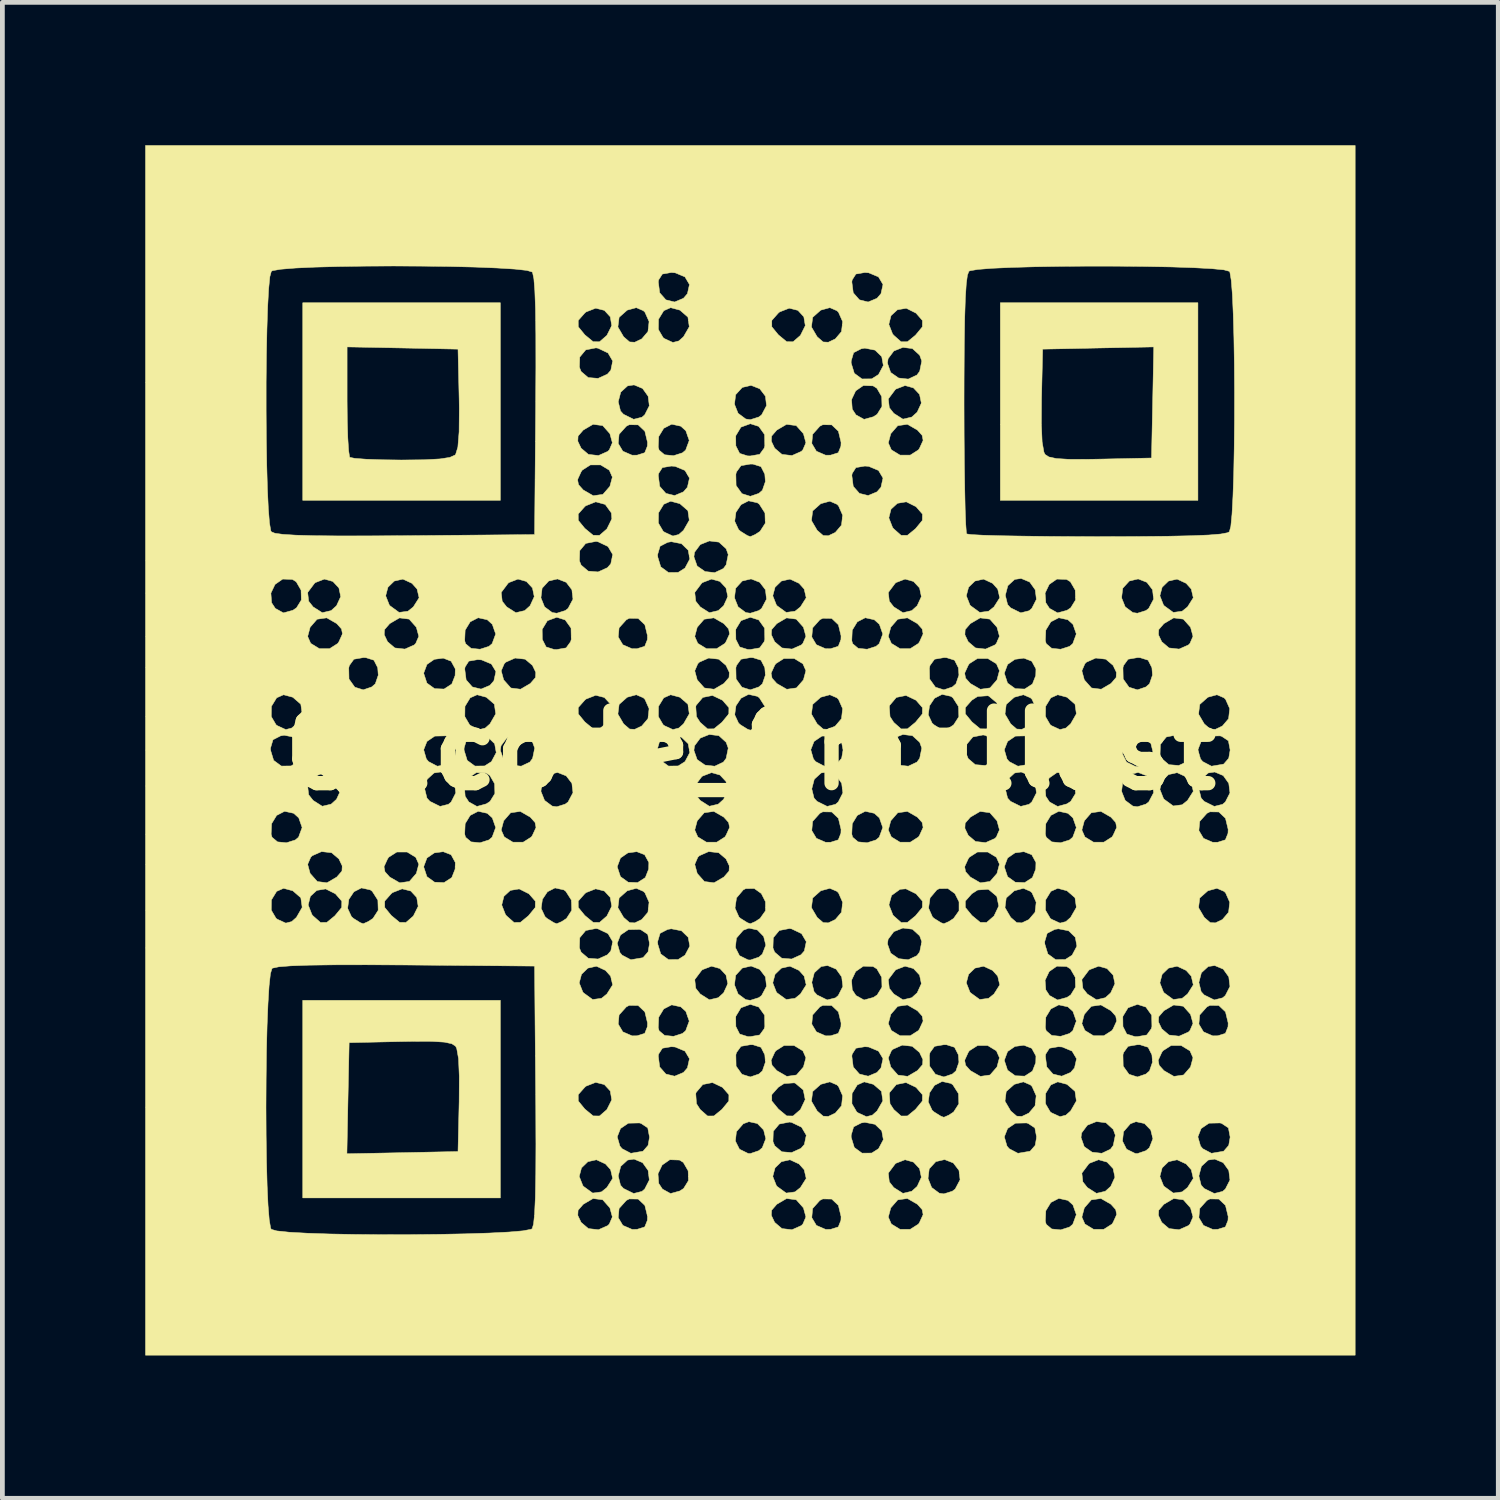
<source format=kicad_pcb>
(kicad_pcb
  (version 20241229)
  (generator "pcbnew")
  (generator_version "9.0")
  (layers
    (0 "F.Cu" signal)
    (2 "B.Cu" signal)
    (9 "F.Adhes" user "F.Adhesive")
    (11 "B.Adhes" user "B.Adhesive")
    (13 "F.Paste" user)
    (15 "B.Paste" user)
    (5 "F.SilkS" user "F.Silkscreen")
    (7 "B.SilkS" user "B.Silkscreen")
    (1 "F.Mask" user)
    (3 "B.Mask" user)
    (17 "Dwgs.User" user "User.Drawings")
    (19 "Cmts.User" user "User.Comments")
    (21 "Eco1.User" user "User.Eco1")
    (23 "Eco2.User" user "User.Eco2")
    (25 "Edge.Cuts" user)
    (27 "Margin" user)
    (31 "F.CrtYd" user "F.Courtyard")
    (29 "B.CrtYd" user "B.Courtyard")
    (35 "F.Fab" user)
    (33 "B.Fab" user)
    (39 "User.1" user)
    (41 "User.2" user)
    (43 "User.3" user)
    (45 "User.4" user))
  (footprint "QRcode_Smallest"
    (layer "F.Cu")
    (at 12.705 12.705)
    (property "Reference" "QRcode_Smallest" (at 0 0 0) (layer "F.SilkS") (effects (font (size 1.524 1.524) (thickness 0.3))))
    (attr through_hole)
    (fp_poly (pts (xy -5.249 9.398) (xy -9.398 9.398) (xy -9.398 8.471) (xy -8.471 8.471) (xy -7.305 8.448) (xy -6.138 8.424) (xy -6.114 7.378) (xy -6.111 6.846) (xy -6.127 6.475) (xy -6.165 6.26) (xy -6.19 6.211) (xy -6.27 6.16) (xy -6.425 6.127) (xy -6.681 6.111) (xy -7.064 6.11) (xy -7.357 6.115) (xy -8.424 6.138) (xy -8.448 7.305) (xy -8.471 8.471) (xy -9.398 8.471) (xy -9.398 5.249) (xy -5.249 5.249) (xy -5.249 9.398)) (stroke (width 0.01) (type solid)) (fill yes) (layer "F.SilkS"))
    (fp_poly (pts (xy 9.398 -5.249) (xy 5.249 -5.249) (xy 5.249 -6.846) (xy 6.111 -6.846) (xy 6.127 -6.475) (xy 6.165 -6.26) (xy 6.19 -6.211) (xy 6.27 -6.16) (xy 6.425 -6.127) (xy 6.681 -6.111) (xy 7.064 -6.11) (xy 7.357 -6.115) (xy 8.424 -6.138) (xy 8.448 -7.305) (xy 8.471 -8.471) (xy 7.305 -8.448) (xy 6.138 -8.424) (xy 6.114 -7.378) (xy 6.111 -6.846) (xy 5.249 -6.846) (xy 5.249 -9.398) (xy 9.398 -9.398) (xy 9.398 -5.249)) (stroke (width 0.01) (type solid)) (fill yes) (layer "F.SilkS"))
    (fp_poly (pts (xy -5.249 -5.249) (xy -9.398 -5.249) (xy -9.398 -7.34) (xy -8.467 -7.34) (xy -8.463 -6.918) (xy -8.452 -6.559) (xy -8.435 -6.296) (xy -8.415 -6.162) (xy -8.41 -6.152) (xy -8.308 -6.131) (xy -8.072 -6.113) (xy -7.736 -6.101) (xy -7.335 -6.096) (xy -7.32 -6.096) (xy -6.846 -6.101) (xy -6.517 -6.119) (xy -6.31 -6.151) (xy -6.201 -6.2) (xy -6.188 -6.214) (xy -6.141 -6.367) (xy -6.115 -6.686) (xy -6.111 -7.172) (xy -6.114 -7.378) (xy -6.138 -8.424) (xy -7.303 -8.448) (xy -8.467 -8.471) (xy -8.467 -7.34) (xy -9.398 -7.34) (xy -9.398 -9.398) (xy -5.249 -9.398) (xy -5.249 -5.249)) (stroke (width 0.01) (type solid)) (fill yes) (layer "F.SilkS"))
    (fp_poly (pts (xy 12.7 12.7) (xy -12.7 12.7) (xy -12.7 7.493) (xy -10.17 7.493) (xy -10.167 8.081) (xy -10.159 8.637) (xy -10.146 9.136) (xy -10.127 9.551) (xy -10.102 9.858) (xy -10.072 10.032) (xy -10.058 10.058) (xy -9.943 10.091) (xy -9.685 10.118) (xy -9.308 10.139) (xy -8.839 10.155) (xy -8.302 10.165) (xy -7.723 10.17) (xy -7.127 10.169) (xy -6.539 10.163) (xy -5.985 10.152) (xy -5.489 10.136) (xy -5.077 10.115) (xy -4.774 10.089) (xy -4.605 10.057) (xy -4.581 10.044) (xy -4.552 9.947) (xy -4.533 9.765) (xy -3.623 9.765) (xy -3.553 9.912) (xy -3.4 10.042) (xy -3.189 10.066) (xy -2.993 9.979) (xy -2.961 9.946) (xy -2.903 9.812) (xy -2.774 9.812) (xy -2.677 9.975) (xy -2.483 10.059) (xy -2.378 10.058) (xy -2.217 10.007) (xy -2.162 9.869) (xy -2.159 9.788) (xy -2.164 9.765) (xy 0.441 9.765) (xy 0.511 9.912) (xy 0.664 10.042) (xy 0.875 10.066) (xy 1.071 9.979) (xy 1.103 9.946) (xy 1.161 9.812) (xy 1.29 9.812) (xy 1.387 9.975) (xy 1.581 10.059) (xy 1.686 10.058) (xy 1.847 10.007) (xy 1.902 9.869) (xy 1.905 9.801) (xy 2.897 9.801) (xy 2.961 9.946) (xy 3.143 10.057) (xy 3.358 10.057) (xy 3.529 9.948) (xy 3.553 9.912) (xy 3.563 9.889) (xy 6.194 9.889) (xy 6.213 9.953) (xy 6.328 10.05) (xy 6.516 10.069) (xy 6.703 10.009) (xy 6.77 9.952) (xy 6.826 9.801) (xy 6.961 9.801) (xy 7.025 9.946) (xy 7.207 10.057) (xy 7.422 10.057) (xy 7.593 9.948) (xy 7.617 9.912) (xy 7.684 9.765) (xy 8.569 9.765) (xy 8.639 9.912) (xy 8.792 10.042) (xy 9.003 10.066) (xy 9.199 9.979) (xy 9.231 9.946) (xy 9.289 9.812) (xy 9.418 9.812) (xy 9.515 9.975) (xy 9.709 10.059) (xy 9.814 10.058) (xy 9.975 10.007) (xy 10.03 9.869) (xy 10.033 9.788) (xy 9.977 9.555) (xy 9.837 9.422) (xy 9.65 9.419) (xy 9.588 9.45) (xy 9.436 9.62) (xy 9.418 9.812) (xy 9.289 9.812) (xy 9.295 9.798) (xy 9.243 9.607) (xy 9.092 9.437) (xy 8.889 9.411) (xy 8.684 9.531) (xy 8.575 9.657) (xy 8.569 9.765) (xy 7.684 9.765) (xy 7.692 9.748) (xy 7.672 9.643) (xy 7.572 9.531) (xy 7.362 9.41) (xy 7.159 9.439) (xy 7.013 9.607) (xy 6.961 9.801) (xy 6.826 9.801) (xy 6.845 9.749) (xy 6.774 9.546) (xy 6.668 9.45) (xy 6.477 9.408) (xy 6.31 9.494) (xy 6.204 9.668) (xy 6.194 9.889) (xy 3.563 9.889) (xy 3.628 9.748) (xy 3.608 9.643) (xy 3.508 9.531) (xy 3.298 9.41) (xy 3.095 9.439) (xy 2.949 9.607) (xy 2.897 9.801) (xy 1.905 9.801) (xy 1.905 9.788) (xy 1.849 9.555) (xy 1.709 9.422) (xy 1.522 9.419) (xy 1.46 9.45) (xy 1.308 9.62) (xy 1.29 9.812) (xy 1.161 9.812) (xy 1.167 9.798) (xy 1.115 9.607) (xy 0.964 9.437) (xy 0.761 9.411) (xy 0.556 9.531) (xy 0.447 9.657) (xy 0.441 9.765) (xy -2.164 9.765) (xy -2.215 9.555) (xy -2.355 9.422) (xy -2.542 9.419) (xy -2.603 9.45) (xy -2.756 9.62) (xy -2.774 9.812) (xy -2.903 9.812) (xy -2.897 9.798) (xy -2.949 9.607) (xy -3.1 9.437) (xy -3.303 9.411) (xy -3.508 9.531) (xy -3.617 9.657) (xy -3.623 9.765) (xy -4.533 9.765) (xy -4.53 9.73) (xy -4.514 9.384) (xy -4.506 8.947) (xy -3.593 8.947) (xy -3.517 9.139) (xy -3.503 9.156) (xy -3.311 9.296) (xy -3.125 9.271) (xy -3.012 9.18) (xy -2.891 8.989) (xy -2.903 8.937) (xy -2.774 8.937) (xy -2.726 9.131) (xy -2.663 9.2) (xy -2.45 9.305) (xy -2.275 9.261) (xy -2.218 9.212) (xy -2.121 9.022) (xy -2.137 8.891) (xy -1.939 8.891) (xy -1.924 9.093) (xy -1.846 9.212) (xy -1.676 9.306) (xy -1.48 9.252) (xy -1.401 9.2) (xy -1.3 9.036) (xy -1.302 8.947) (xy 0.471 8.947) (xy 0.547 9.139) (xy 0.561 9.156) (xy 0.753 9.296) (xy 0.939 9.271) (xy 1.052 9.18) (xy 1.173 8.989) (xy 1.147 8.877) (xy 2.897 8.877) (xy 2.918 9.061) (xy 3.012 9.18) (xy 3.204 9.302) (xy 3.39 9.258) (xy 3.503 9.156) (xy 3.58 8.989) (xy 3.731 8.989) (xy 3.807 9.179) (xy 3.968 9.299) (xy 4.064 9.313) (xy 4.242 9.257) (xy 4.301 9.212) (xy 4.404 9.018) (xy 4.388 8.877) (xy 6.961 8.877) (xy 6.982 9.061) (xy 7.076 9.18) (xy 7.268 9.302) (xy 7.454 9.258) (xy 7.567 9.156) (xy 7.655 8.965) (xy 7.652 8.947) (xy 8.599 8.947) (xy 8.675 9.139) (xy 8.689 9.156) (xy 8.881 9.296) (xy 9.067 9.271) (xy 9.18 9.18) (xy 9.301 8.989) (xy 9.289 8.937) (xy 9.418 8.937) (xy 9.466 9.131) (xy 9.529 9.2) (xy 9.742 9.305) (xy 9.917 9.261) (xy 9.974 9.212) (xy 10.071 9.022) (xy 10.046 8.821) (xy 9.93 8.658) (xy 9.751 8.583) (xy 9.615 8.603) (xy 9.471 8.735) (xy 9.418 8.937) (xy 9.289 8.937) (xy 9.258 8.805) (xy 9.151 8.685) (xy 8.961 8.597) (xy 8.781 8.637) (xy 8.647 8.767) (xy 8.599 8.947) (xy 7.652 8.947) (xy 7.617 8.782) (xy 7.49 8.646) (xy 7.313 8.596) (xy 7.122 8.67) (xy 7.105 8.685) (xy 6.961 8.877) (xy 4.388 8.877) (xy 4.381 8.82) (xy 4.262 8.664) (xy 4.08 8.593) (xy 3.895 8.636) (xy 3.756 8.788) (xy 3.731 8.989) (xy 3.58 8.989) (xy 3.591 8.965) (xy 3.553 8.782) (xy 3.426 8.646) (xy 3.249 8.596) (xy 3.058 8.67) (xy 3.041 8.685) (xy 2.897 8.877) (xy 1.147 8.877) (xy 1.13 8.805) (xy 1.023 8.685) (xy 0.833 8.597) (xy 0.653 8.637) (xy 0.519 8.767) (xy 0.471 8.947) (xy -1.302 8.947) (xy -1.306 8.828) (xy -1.407 8.653) (xy -1.487 8.603) (xy -1.691 8.596) (xy -1.852 8.708) (xy -1.939 8.891) (xy -2.137 8.891) (xy -2.146 8.821) (xy -2.262 8.658) (xy -2.441 8.583) (xy -2.577 8.603) (xy -2.721 8.735) (xy -2.774 8.937) (xy -2.903 8.937) (xy -2.934 8.805) (xy -3.041 8.685) (xy -3.231 8.597) (xy -3.411 8.637) (xy -3.545 8.767) (xy -3.593 8.947) (xy -4.506 8.947) (xy -4.505 8.898) (xy -4.502 8.264) (xy -4.503 8.116) (xy -2.795 8.116) (xy -2.739 8.309) (xy -2.692 8.365) (xy -2.509 8.461) (xy -2.262 8.419) (xy -2.251 8.415) (xy -2.147 8.295) (xy -2.131 8.204) (xy -0.314 8.204) (xy -0.228 8.375) (xy -0.047 8.464) (xy 0 8.467) (xy 0.179 8.406) (xy 0.251 8.344) (xy 0.302 8.213) (xy 0.475 8.213) (xy 0.511 8.302) (xy 0.66 8.429) (xy 0.867 8.446) (xy 1.063 8.357) (xy 1.134 8.276) (xy 1.166 8.123) (xy 2.117 8.123) (xy 2.183 8.339) (xy 2.345 8.458) (xy 2.549 8.456) (xy 2.692 8.365) (xy 2.793 8.175) (xy 2.782 8.116) (xy 5.333 8.116) (xy 5.389 8.309) (xy 5.436 8.365) (xy 5.619 8.461) (xy 5.866 8.419) (xy 5.877 8.415) (xy 5.981 8.295) (xy 6.01 8.128) (xy 6.943 8.128) (xy 7.011 8.322) (xy 7.177 8.438) (xy 7.38 8.461) (xy 7.562 8.375) (xy 7.62 8.297) (xy 7.639 8.204) (xy 7.814 8.204) (xy 7.9 8.375) (xy 8.081 8.464) (xy 8.128 8.467) (xy 8.307 8.406) (xy 8.379 8.344) (xy 8.453 8.155) (xy 8.443 8.116) (xy 9.397 8.116) (xy 9.453 8.309) (xy 9.5 8.365) (xy 9.683 8.461) (xy 9.93 8.419) (xy 9.941 8.415) (xy 10.045 8.295) (xy 10.075 8.121) (xy 10.038 7.927) (xy 9.898 7.834) (xy 9.863 7.824) (xy 9.631 7.829) (xy 9.466 7.941) (xy 9.397 8.116) (xy 8.443 8.116) (xy 8.407 7.971) (xy 8.276 7.836) (xy 8.098 7.797) (xy 7.98 7.841) (xy 7.836 8.007) (xy 7.814 8.204) (xy 7.639 8.204) (xy 7.664 8.081) (xy 7.62 7.959) (xy 7.468 7.82) (xy 7.267 7.795) (xy 7.077 7.871) (xy 6.957 8.032) (xy 6.943 8.128) (xy 6.01 8.128) (xy 6.011 8.121) (xy 5.974 7.927) (xy 5.834 7.834) (xy 5.799 7.824) (xy 5.567 7.829) (xy 5.402 7.941) (xy 5.333 8.116) (xy 2.782 8.116) (xy 2.759 7.989) (xy 2.619 7.853) (xy 2.405 7.811) (xy 2.329 7.824) (xy 2.169 7.906) (xy 2.118 8.078) (xy 2.117 8.123) (xy 1.166 8.123) (xy 1.175 8.082) (xy 1.076 7.913) (xy 0.867 7.813) (xy 0.823 7.805) (xy 0.608 7.847) (xy 0.482 7.999) (xy 0.475 8.213) (xy 0.302 8.213) (xy 0.325 8.155) (xy 0.279 7.971) (xy 0.148 7.836) (xy -0.03 7.797) (xy -0.148 7.841) (xy -0.292 8.007) (xy -0.314 8.204) (xy -2.131 8.204) (xy -2.117 8.121) (xy -2.154 7.927) (xy -2.294 7.834) (xy -2.329 7.824) (xy -2.561 7.829) (xy -2.726 7.941) (xy -2.795 8.116) (xy -4.503 8.116) (xy -4.505 7.473) (xy -4.507 7.23) (xy -3.614 7.23) (xy -3.613 7.363) (xy -3.474 7.533) (xy -3.471 7.535) (xy -3.3 7.676) (xy -3.167 7.678) (xy -3.013 7.544) (xy -3.011 7.541) (xy -2.91 7.339) (xy -2.932 7.207) (xy -1.146 7.207) (xy -1.131 7.42) (xy -1.053 7.541) (xy -0.898 7.678) (xy -0.765 7.677) (xy -0.595 7.538) (xy -0.593 7.535) (xy -0.452 7.364) (xy -0.45 7.231) (xy -0.451 7.23) (xy 0.45 7.23) (xy 0.451 7.363) (xy 0.59 7.533) (xy 0.593 7.535) (xy 0.764 7.676) (xy 0.897 7.678) (xy 1.051 7.544) (xy 1.053 7.541) (xy 1.136 7.367) (xy 1.283 7.367) (xy 1.403 7.572) (xy 1.529 7.681) (xy 1.637 7.687) (xy 1.784 7.617) (xy 1.914 7.464) (xy 1.92 7.42) (xy 2.133 7.42) (xy 2.234 7.592) (xy 2.265 7.613) (xy 2.438 7.692) (xy 2.562 7.66) (xy 2.661 7.572) (xy 2.782 7.362) (xy 2.76 7.207) (xy 2.918 7.207) (xy 2.933 7.42) (xy 3.011 7.541) (xy 3.166 7.678) (xy 3.299 7.677) (xy 3.469 7.538) (xy 3.471 7.535) (xy 3.597 7.382) (xy 3.736 7.382) (xy 3.817 7.556) (xy 3.86 7.594) (xy 4.003 7.683) (xy 4.064 7.705) (xy 4.167 7.66) (xy 4.268 7.594) (xy 4.378 7.423) (xy 4.376 7.367) (xy 5.347 7.367) (xy 5.467 7.572) (xy 5.593 7.681) (xy 5.701 7.687) (xy 5.848 7.617) (xy 5.978 7.464) (xy 5.984 7.42) (xy 6.197 7.42) (xy 6.298 7.592) (xy 6.329 7.613) (xy 6.502 7.692) (xy 6.626 7.66) (xy 6.725 7.572) (xy 6.846 7.362) (xy 6.817 7.159) (xy 6.649 7.013) (xy 6.455 6.961) (xy 6.31 7.025) (xy 6.2 7.205) (xy 6.197 7.42) (xy 5.984 7.42) (xy 6.002 7.253) (xy 5.915 7.057) (xy 5.882 7.025) (xy 5.734 6.961) (xy 5.543 7.013) (xy 5.373 7.164) (xy 5.347 7.367) (xy 4.376 7.367) (xy 4.371 7.209) (xy 4.253 7.024) (xy 4.212 6.994) (xy 4.027 6.953) (xy 3.868 7.034) (xy 3.762 7.193) (xy 3.736 7.382) (xy 3.597 7.382) (xy 3.612 7.364) (xy 3.614 7.231) (xy 3.48 7.077) (xy 3.477 7.075) (xy 3.269 6.976) (xy 3.066 7.017) (xy 2.926 7.183) (xy 2.918 7.207) (xy 2.76 7.207) (xy 2.753 7.159) (xy 2.585 7.013) (xy 2.391 6.961) (xy 2.246 7.025) (xy 2.136 7.205) (xy 2.133 7.42) (xy 1.92 7.42) (xy 1.938 7.253) (xy 1.851 7.057) (xy 1.818 7.025) (xy 1.67 6.961) (xy 1.479 7.013) (xy 1.309 7.164) (xy 1.283 7.367) (xy 1.136 7.367) (xy 1.152 7.333) (xy 1.111 7.13) (xy 0.945 6.99) (xy 0.921 6.982) (xy 0.708 6.997) (xy 0.587 7.075) (xy 0.45 7.23) (xy -0.451 7.23) (xy -0.584 7.077) (xy -0.587 7.075) (xy -0.795 6.976) (xy -0.998 7.017) (xy -1.138 7.183) (xy -1.146 7.207) (xy -2.932 7.207) (xy -2.941 7.153) (xy -3.065 7.018) (xy -3.247 6.972) (xy -3.449 7.051) (xy -3.477 7.075) (xy -3.614 7.23) (xy -4.507 7.23) (xy -4.507 7.229) (xy -4.514 6.418) (xy -1.933 6.418) (xy -1.903 6.649) (xy -1.773 6.797) (xy -1.59 6.842) (xy -1.404 6.764) (xy -1.321 6.668) (xy -1.278 6.475) (xy -1.326 6.393) (xy -0.304 6.393) (xy -0.299 6.631) (xy -0.177 6.802) (xy 0 6.858) (xy 0.178 6.797) (xy 0.253 6.732) (xy 0.316 6.549) (xy 0.313 6.508) (xy 0.436 6.508) (xy 0.456 6.613) (xy 0.556 6.725) (xy 0.766 6.846) (xy 0.969 6.817) (xy 1.115 6.649) (xy 1.167 6.455) (xy 1.151 6.418) (xy 2.131 6.418) (xy 2.161 6.649) (xy 2.291 6.797) (xy 2.474 6.842) (xy 2.66 6.764) (xy 2.743 6.668) (xy 2.786 6.475) (xy 2.777 6.458) (xy 2.897 6.458) (xy 2.949 6.649) (xy 3.1 6.819) (xy 3.303 6.845) (xy 3.508 6.725) (xy 3.617 6.599) (xy 3.623 6.491) (xy 3.576 6.393) (xy 3.76 6.393) (xy 3.765 6.631) (xy 3.887 6.802) (xy 4.064 6.858) (xy 4.242 6.797) (xy 4.317 6.732) (xy 4.38 6.549) (xy 4.377 6.508) (xy 4.5 6.508) (xy 4.52 6.613) (xy 4.62 6.725) (xy 4.83 6.846) (xy 5.033 6.817) (xy 5.179 6.649) (xy 5.215 6.513) (xy 5.334 6.513) (xy 5.401 6.716) (xy 5.563 6.833) (xy 5.761 6.841) (xy 5.923 6.736) (xy 5.993 6.558) (xy 5.997 6.418) (xy 6.195 6.418) (xy 6.225 6.649) (xy 6.355 6.797) (xy 6.538 6.842) (xy 6.724 6.764) (xy 6.807 6.668) (xy 6.85 6.475) (xy 6.802 6.393) (xy 7.824 6.393) (xy 7.829 6.631) (xy 7.951 6.802) (xy 8.128 6.858) (xy 8.306 6.797) (xy 8.381 6.732) (xy 8.444 6.549) (xy 8.441 6.508) (xy 8.564 6.508) (xy 8.584 6.613) (xy 8.684 6.725) (xy 8.894 6.846) (xy 9.097 6.817) (xy 9.243 6.649) (xy 9.295 6.455) (xy 9.231 6.31) (xy 9.049 6.199) (xy 8.834 6.199) (xy 8.663 6.308) (xy 8.639 6.344) (xy 8.564 6.508) (xy 8.441 6.508) (xy 8.432 6.393) (xy 8.352 6.235) (xy 8.184 6.182) (xy 8.128 6.181) (xy 7.932 6.215) (xy 7.837 6.346) (xy 7.824 6.393) (xy 6.802 6.393) (xy 6.755 6.315) (xy 6.549 6.229) (xy 6.468 6.223) (xy 6.281 6.255) (xy 6.203 6.377) (xy 6.195 6.418) (xy 5.997 6.418) (xy 5.909 6.256) (xy 5.744 6.192) (xy 5.557 6.217) (xy 5.402 6.324) (xy 5.334 6.505) (xy 5.334 6.513) (xy 5.215 6.513) (xy 5.231 6.455) (xy 5.167 6.31) (xy 4.985 6.199) (xy 4.77 6.199) (xy 4.599 6.308) (xy 4.575 6.344) (xy 4.5 6.508) (xy 4.377 6.508) (xy 4.368 6.393) (xy 4.288 6.235) (xy 4.12 6.182) (xy 4.064 6.181) (xy 3.868 6.215) (xy 3.773 6.346) (xy 3.76 6.393) (xy 3.576 6.393) (xy 3.553 6.344) (xy 3.4 6.214) (xy 3.189 6.19) (xy 2.993 6.277) (xy 2.961 6.31) (xy 2.897 6.458) (xy 2.777 6.458) (xy 2.691 6.315) (xy 2.485 6.229) (xy 2.404 6.223) (xy 2.217 6.255) (xy 2.139 6.377) (xy 2.131 6.418) (xy 1.151 6.418) (xy 1.103 6.31) (xy 0.921 6.199) (xy 0.706 6.199) (xy 0.535 6.308) (xy 0.511 6.344) (xy 0.436 6.508) (xy 0.313 6.508) (xy 0.304 6.393) (xy 0.224 6.235) (xy 0.056 6.182) (xy 0 6.181) (xy -0.196 6.215) (xy -0.291 6.346) (xy -0.304 6.393) (xy -1.326 6.393) (xy -1.373 6.315) (xy -1.579 6.229) (xy -1.66 6.223) (xy -1.847 6.255) (xy -1.925 6.377) (xy -1.933 6.418) (xy -4.514 6.418) (xy -4.52 5.748) (xy -2.774 5.748) (xy -2.677 5.911) (xy -2.483 5.995) (xy -2.378 5.994) (xy -2.217 5.943) (xy -2.17 5.825) (xy -1.934 5.825) (xy -1.915 5.889) (xy -1.8 5.986) (xy -1.612 6.005) (xy -1.425 5.945) (xy -1.358 5.888) (xy -1.283 5.685) (xy -1.317 5.588) (xy -0.307 5.588) (xy -0.304 5.799) (xy -0.224 5.957) (xy -0.056 6.01) (xy 0 6.011) (xy 0.196 5.977) (xy 0.291 5.846) (xy 0.304 5.799) (xy 0.303 5.748) (xy 1.29 5.748) (xy 1.387 5.911) (xy 1.581 5.995) (xy 1.686 5.994) (xy 1.847 5.943) (xy 1.902 5.805) (xy 1.905 5.737) (xy 2.897 5.737) (xy 2.961 5.882) (xy 3.143 5.993) (xy 3.358 5.993) (xy 3.529 5.884) (xy 3.553 5.848) (xy 3.563 5.825) (xy 6.194 5.825) (xy 6.213 5.889) (xy 6.328 5.986) (xy 6.516 6.005) (xy 6.703 5.945) (xy 6.77 5.888) (xy 6.826 5.737) (xy 6.961 5.737) (xy 7.025 5.882) (xy 7.207 5.993) (xy 7.422 5.993) (xy 7.593 5.884) (xy 7.617 5.848) (xy 7.692 5.684) (xy 7.674 5.588) (xy 7.821 5.588) (xy 7.824 5.799) (xy 7.904 5.957) (xy 8.072 6.01) (xy 8.128 6.011) (xy 8.324 5.977) (xy 8.419 5.846) (xy 8.432 5.799) (xy 8.43 5.701) (xy 8.569 5.701) (xy 8.639 5.848) (xy 8.792 5.978) (xy 9.003 6.002) (xy 9.199 5.915) (xy 9.231 5.882) (xy 9.289 5.748) (xy 9.418 5.748) (xy 9.515 5.911) (xy 9.709 5.995) (xy 9.814 5.994) (xy 9.975 5.943) (xy 10.03 5.805) (xy 10.033 5.724) (xy 9.977 5.491) (xy 9.837 5.358) (xy 9.65 5.355) (xy 9.588 5.386) (xy 9.436 5.556) (xy 9.418 5.748) (xy 9.289 5.748) (xy 9.295 5.734) (xy 9.243 5.543) (xy 9.092 5.373) (xy 8.889 5.347) (xy 8.684 5.467) (xy 8.575 5.593) (xy 8.569 5.701) (xy 8.43 5.701) (xy 8.427 5.561) (xy 8.305 5.39) (xy 8.128 5.334) (xy 7.931 5.406) (xy 7.821 5.588) (xy 7.674 5.588) (xy 7.672 5.579) (xy 7.572 5.467) (xy 7.362 5.346) (xy 7.159 5.375) (xy 7.013 5.543) (xy 6.961 5.737) (xy 6.826 5.737) (xy 6.845 5.685) (xy 6.774 5.482) (xy 6.668 5.386) (xy 6.477 5.344) (xy 6.31 5.43) (xy 6.204 5.604) (xy 6.194 5.825) (xy 3.563 5.825) (xy 3.628 5.684) (xy 3.608 5.579) (xy 3.508 5.467) (xy 3.298 5.346) (xy 3.095 5.375) (xy 2.949 5.543) (xy 2.897 5.737) (xy 1.905 5.737) (xy 1.905 5.724) (xy 1.849 5.491) (xy 1.709 5.358) (xy 1.522 5.355) (xy 1.46 5.386) (xy 1.308 5.556) (xy 1.29 5.748) (xy 0.303 5.748) (xy 0.299 5.561) (xy 0.177 5.39) (xy 0 5.334) (xy -0.197 5.406) (xy -0.307 5.588) (xy -1.317 5.588) (xy -1.354 5.482) (xy -1.46 5.386) (xy -1.651 5.344) (xy -1.818 5.43) (xy -1.924 5.604) (xy -1.934 5.825) (xy -2.17 5.825) (xy -2.162 5.805) (xy -2.159 5.724) (xy -2.215 5.491) (xy -2.355 5.358) (xy -2.542 5.355) (xy -2.603 5.386) (xy -2.756 5.556) (xy -2.774 5.748) (xy -4.52 5.748) (xy -4.527 4.883) (xy -3.593 4.883) (xy -3.517 5.075) (xy -3.503 5.092) (xy -3.311 5.232) (xy -3.125 5.207) (xy -3.012 5.116) (xy -2.891 4.925) (xy -2.917 4.813) (xy -1.167 4.813) (xy -1.146 4.997) (xy -1.052 5.116) (xy -0.86 5.238) (xy -0.674 5.194) (xy -0.561 5.092) (xy -0.484 4.925) (xy -0.333 4.925) (xy -0.257 5.115) (xy -0.096 5.235) (xy 0 5.249) (xy 0.178 5.193) (xy 0.237 5.148) (xy 0.34 4.954) (xy 0.332 4.883) (xy 0.471 4.883) (xy 0.547 5.075) (xy 0.561 5.092) (xy 0.753 5.232) (xy 0.939 5.207) (xy 1.052 5.116) (xy 1.173 4.925) (xy 1.161 4.873) (xy 1.29 4.873) (xy 1.338 5.067) (xy 1.401 5.136) (xy 1.614 5.241) (xy 1.789 5.197) (xy 1.846 5.148) (xy 1.943 4.958) (xy 1.927 4.827) (xy 2.125 4.827) (xy 2.14 5.029) (xy 2.218 5.148) (xy 2.388 5.242) (xy 2.584 5.188) (xy 2.663 5.136) (xy 2.764 4.972) (xy 2.76 4.813) (xy 2.897 4.813) (xy 2.918 4.997) (xy 3.012 5.116) (xy 3.204 5.238) (xy 3.39 5.194) (xy 3.503 5.092) (xy 3.591 4.901) (xy 3.588 4.883) (xy 4.535 4.883) (xy 4.611 5.075) (xy 4.625 5.092) (xy 4.817 5.232) (xy 5.003 5.207) (xy 5.116 5.116) (xy 5.237 4.925) (xy 5.214 4.827) (xy 6.189 4.827) (xy 6.204 5.029) (xy 6.282 5.148) (xy 6.452 5.242) (xy 6.648 5.188) (xy 6.727 5.136) (xy 6.828 4.972) (xy 6.824 4.813) (xy 6.961 4.813) (xy 6.982 4.997) (xy 7.076 5.116) (xy 7.268 5.238) (xy 7.454 5.194) (xy 7.567 5.092) (xy 7.655 4.901) (xy 7.652 4.883) (xy 8.599 4.883) (xy 8.675 5.075) (xy 8.689 5.092) (xy 8.881 5.232) (xy 9.067 5.207) (xy 9.18 5.116) (xy 9.301 4.925) (xy 9.289 4.873) (xy 9.418 4.873) (xy 9.466 5.067) (xy 9.529 5.136) (xy 9.742 5.241) (xy 9.917 5.197) (xy 9.974 5.148) (xy 10.071 4.958) (xy 10.046 4.757) (xy 9.93 4.594) (xy 9.751 4.519) (xy 9.615 4.539) (xy 9.471 4.671) (xy 9.418 4.873) (xy 9.289 4.873) (xy 9.258 4.741) (xy 9.151 4.621) (xy 8.961 4.533) (xy 8.781 4.573) (xy 8.647 4.703) (xy 8.599 4.883) (xy 7.652 4.883) (xy 7.617 4.718) (xy 7.49 4.582) (xy 7.313 4.532) (xy 7.122 4.606) (xy 7.105 4.621) (xy 6.961 4.813) (xy 6.824 4.813) (xy 6.822 4.764) (xy 6.721 4.589) (xy 6.641 4.539) (xy 6.437 4.532) (xy 6.276 4.644) (xy 6.189 4.827) (xy 5.214 4.827) (xy 5.194 4.741) (xy 5.087 4.621) (xy 4.897 4.533) (xy 4.717 4.573) (xy 4.583 4.703) (xy 4.535 4.883) (xy 3.588 4.883) (xy 3.553 4.718) (xy 3.426 4.582) (xy 3.249 4.532) (xy 3.058 4.606) (xy 3.041 4.621) (xy 2.897 4.813) (xy 2.76 4.813) (xy 2.758 4.764) (xy 2.657 4.589) (xy 2.577 4.539) (xy 2.373 4.532) (xy 2.212 4.644) (xy 2.125 4.827) (xy 1.927 4.827) (xy 1.918 4.757) (xy 1.802 4.594) (xy 1.623 4.519) (xy 1.487 4.539) (xy 1.343 4.671) (xy 1.29 4.873) (xy 1.161 4.873) (xy 1.13 4.741) (xy 1.023 4.621) (xy 0.833 4.533) (xy 0.653 4.573) (xy 0.519 4.703) (xy 0.471 4.883) (xy 0.332 4.883) (xy 0.317 4.756) (xy 0.198 4.6) (xy 0.016 4.529) (xy -0.169 4.572) (xy -0.308 4.724) (xy -0.333 4.925) (xy -0.484 4.925) (xy -0.473 4.901) (xy -0.511 4.718) (xy -0.638 4.582) (xy -0.815 4.532) (xy -1.006 4.606) (xy -1.023 4.621) (xy -1.167 4.813) (xy -2.917 4.813) (xy -2.934 4.741) (xy -3.041 4.621) (xy -3.231 4.533) (xy -3.411 4.573) (xy -3.545 4.703) (xy -3.593 4.883) (xy -4.527 4.883) (xy -4.53 4.53) (xy -7.229 4.507) (xy -8.065 4.503) (xy -8.74 4.504) (xy -9.266 4.511) (xy -9.649 4.525) (xy -9.901 4.545) (xy -10.029 4.572) (xy -10.044 4.581) (xy -10.077 4.691) (xy -10.105 4.945) (xy -10.128 5.318) (xy -10.147 5.784) (xy -10.16 6.319) (xy -10.167 6.897) (xy -10.17 7.493) (xy -12.7 7.493) (xy -12.7 4.149) (xy -3.589 4.149) (xy -3.553 4.238) (xy -3.404 4.365) (xy -3.197 4.382) (xy -3.001 4.293) (xy -2.93 4.212) (xy -2.896 4.052) (xy -2.795 4.052) (xy -2.739 4.245) (xy -2.692 4.301) (xy -2.509 4.397) (xy -2.262 4.355) (xy -2.251 4.351) (xy -2.147 4.231) (xy -2.117 4.059) (xy -1.947 4.059) (xy -1.881 4.275) (xy -1.719 4.394) (xy -1.515 4.392) (xy -1.372 4.301) (xy -1.286 4.14) (xy -0.314 4.14) (xy -0.228 4.311) (xy -0.047 4.4) (xy 0 4.403) (xy 0.179 4.342) (xy 0.251 4.28) (xy 0.302 4.149) (xy 0.475 4.149) (xy 0.511 4.238) (xy 0.66 4.365) (xy 0.867 4.382) (xy 1.063 4.293) (xy 1.134 4.212) (xy 1.165 4.064) (xy 2.879 4.064) (xy 2.947 4.258) (xy 3.113 4.374) (xy 3.316 4.397) (xy 3.498 4.311) (xy 3.556 4.233) (xy 3.592 4.059) (xy 6.181 4.059) (xy 6.247 4.275) (xy 6.409 4.394) (xy 6.613 4.392) (xy 6.756 4.301) (xy 6.857 4.111) (xy 6.823 3.925) (xy 6.683 3.789) (xy 6.469 3.747) (xy 6.393 3.76) (xy 6.233 3.842) (xy 6.182 4.014) (xy 6.181 4.059) (xy 3.592 4.059) (xy 3.6 4.017) (xy 3.556 3.895) (xy 3.404 3.756) (xy 3.203 3.731) (xy 3.013 3.807) (xy 2.893 3.968) (xy 2.879 4.064) (xy 1.165 4.064) (xy 1.175 4.018) (xy 1.076 3.849) (xy 0.867 3.749) (xy 0.823 3.741) (xy 0.608 3.783) (xy 0.482 3.935) (xy 0.475 4.149) (xy 0.302 4.149) (xy 0.325 4.091) (xy 0.279 3.907) (xy 0.148 3.772) (xy -0.03 3.733) (xy -0.148 3.777) (xy -0.292 3.943) (xy -0.314 4.14) (xy -1.286 4.14) (xy -1.271 4.111) (xy -1.305 3.925) (xy -1.445 3.789) (xy -1.659 3.747) (xy -1.735 3.76) (xy -1.895 3.842) (xy -1.946 4.014) (xy -1.947 4.059) (xy -2.117 4.059) (xy -2.117 4.057) (xy -2.154 3.863) (xy -2.294 3.77) (xy -2.329 3.76) (xy -2.561 3.765) (xy -2.726 3.877) (xy -2.795 4.052) (xy -2.896 4.052) (xy -2.889 4.018) (xy -2.988 3.849) (xy -3.197 3.749) (xy -3.241 3.741) (xy -3.456 3.783) (xy -3.582 3.935) (xy -3.589 4.149) (xy -12.7 4.149) (xy -12.7 3.356) (xy -10.059 3.356) (xy -9.958 3.528) (xy -9.927 3.549) (xy -9.754 3.628) (xy -9.63 3.596) (xy -9.531 3.508) (xy -9.41 3.298) (xy -9.417 3.247) (xy -9.284 3.247) (xy -9.205 3.449) (xy -9.181 3.477) (xy -9.026 3.614) (xy -8.893 3.613) (xy -8.723 3.474) (xy -8.721 3.471) (xy -8.595 3.318) (xy -8.456 3.318) (xy -8.375 3.492) (xy -8.332 3.53) (xy -8.189 3.619) (xy -8.128 3.641) (xy -8.025 3.596) (xy -7.924 3.53) (xy -7.814 3.359) (xy -7.82 3.166) (xy -7.678 3.166) (xy -7.677 3.299) (xy -7.538 3.469) (xy -7.535 3.471) (xy -7.364 3.612) (xy -7.231 3.614) (xy -7.077 3.48) (xy -7.075 3.477) (xy -6.974 3.275) (xy -6.979 3.247) (xy -5.22 3.247) (xy -5.141 3.449) (xy -5.117 3.477) (xy -4.962 3.614) (xy -4.829 3.613) (xy -4.659 3.474) (xy -4.657 3.471) (xy -4.531 3.318) (xy -4.392 3.318) (xy -4.311 3.492) (xy -4.268 3.53) (xy -4.125 3.619) (xy -4.064 3.641) (xy -3.961 3.596) (xy -3.86 3.53) (xy -3.75 3.359) (xy -3.756 3.166) (xy -3.614 3.166) (xy -3.613 3.299) (xy -3.474 3.469) (xy -3.471 3.471) (xy -3.3 3.612) (xy -3.167 3.614) (xy -3.013 3.48) (xy -3.011 3.477) (xy -2.924 3.303) (xy -2.781 3.303) (xy -2.661 3.508) (xy -2.535 3.617) (xy -2.427 3.623) (xy -2.28 3.553) (xy -2.15 3.4) (xy -2.14 3.312) (xy -0.322 3.312) (xy -0.239 3.499) (xy -0.204 3.53) (xy -0.061 3.619) (xy 0 3.641) (xy 0.103 3.596) (xy 0.204 3.53) (xy 0.318 3.369) (xy 0.318 3.303) (xy 1.283 3.303) (xy 1.403 3.508) (xy 1.529 3.617) (xy 1.637 3.623) (xy 1.784 3.553) (xy 1.914 3.4) (xy 1.932 3.246) (xy 2.91 3.246) (xy 2.994 3.457) (xy 3.011 3.477) (xy 3.166 3.614) (xy 3.299 3.613) (xy 3.469 3.474) (xy 3.471 3.471) (xy 3.602 3.312) (xy 3.742 3.312) (xy 3.825 3.499) (xy 3.86 3.53) (xy 4.003 3.619) (xy 4.064 3.641) (xy 4.167 3.596) (xy 4.268 3.53) (xy 4.382 3.369) (xy 4.382 3.179) (xy 4.375 3.166) (xy 4.514 3.166) (xy 4.515 3.299) (xy 4.654 3.469) (xy 4.657 3.471) (xy 4.828 3.612) (xy 4.961 3.614) (xy 5.115 3.48) (xy 5.117 3.477) (xy 5.2 3.303) (xy 5.347 3.303) (xy 5.467 3.508) (xy 5.593 3.617) (xy 5.701 3.623) (xy 5.848 3.553) (xy 5.978 3.4) (xy 5.984 3.356) (xy 6.197 3.356) (xy 6.298 3.528) (xy 6.329 3.549) (xy 6.502 3.628) (xy 6.626 3.596) (xy 6.725 3.508) (xy 6.843 3.303) (xy 9.411 3.303) (xy 9.531 3.508) (xy 9.657 3.617) (xy 9.765 3.623) (xy 9.912 3.553) (xy 10.042 3.4) (xy 10.066 3.189) (xy 9.979 2.993) (xy 9.946 2.961) (xy 9.798 2.897) (xy 9.607 2.949) (xy 9.437 3.1) (xy 9.411 3.303) (xy 6.843 3.303) (xy 6.846 3.298) (xy 6.817 3.095) (xy 6.649 2.949) (xy 6.455 2.897) (xy 6.31 2.961) (xy 6.2 3.141) (xy 6.197 3.356) (xy 5.984 3.356) (xy 6.002 3.189) (xy 5.915 2.993) (xy 5.882 2.961) (xy 5.734 2.897) (xy 5.543 2.949) (xy 5.373 3.1) (xy 5.347 3.303) (xy 5.2 3.303) (xy 5.216 3.269) (xy 5.175 3.066) (xy 5.009 2.926) (xy 4.985 2.918) (xy 4.772 2.933) (xy 4.651 3.011) (xy 4.514 3.166) (xy 4.375 3.166) (xy 4.295 3.007) (xy 4.147 2.901) (xy 3.967 2.904) (xy 3.916 2.93) (xy 3.774 3.098) (xy 3.742 3.312) (xy 3.602 3.312) (xy 3.612 3.3) (xy 3.614 3.167) (xy 3.48 3.013) (xy 3.477 3.011) (xy 3.267 2.908) (xy 3.143 2.918) (xy 2.965 3.047) (xy 2.91 3.246) (xy 1.932 3.246) (xy 1.938 3.189) (xy 1.851 2.993) (xy 1.818 2.961) (xy 1.67 2.897) (xy 1.479 2.949) (xy 1.309 3.1) (xy 1.283 3.303) (xy 0.318 3.303) (xy 0.318 3.179) (xy 0.231 3.007) (xy 0.083 2.901) (xy -0.097 2.904) (xy -0.148 2.93) (xy -0.29 3.098) (xy -0.322 3.312) (xy -2.14 3.312) (xy -2.126 3.189) (xy -2.213 2.993) (xy -2.246 2.961) (xy -2.394 2.897) (xy -2.585 2.949) (xy -2.755 3.1) (xy -2.781 3.303) (xy -2.924 3.303) (xy -2.91 3.275) (xy -2.941 3.089) (xy -3.065 2.954) (xy -3.247 2.908) (xy -3.449 2.987) (xy -3.477 3.011) (xy -3.614 3.166) (xy -3.756 3.166) (xy -3.757 3.145) (xy -3.875 2.96) (xy -3.916 2.93) (xy -4.101 2.889) (xy -4.26 2.97) (xy -4.366 3.129) (xy -4.392 3.318) (xy -4.531 3.318) (xy -4.516 3.3) (xy -4.514 3.167) (xy -4.648 3.013) (xy -4.651 3.011) (xy -4.853 2.91) (xy -5.039 2.941) (xy -5.174 3.065) (xy -5.22 3.247) (xy -6.979 3.247) (xy -7.005 3.089) (xy -7.129 2.954) (xy -7.311 2.908) (xy -7.513 2.987) (xy -7.541 3.011) (xy -7.678 3.166) (xy -7.82 3.166) (xy -7.821 3.145) (xy -7.939 2.96) (xy -7.98 2.93) (xy -8.165 2.889) (xy -8.324 2.97) (xy -8.43 3.129) (xy -8.456 3.318) (xy -8.595 3.318) (xy -8.58 3.3) (xy -8.578 3.167) (xy -8.712 3.013) (xy -8.715 3.011) (xy -8.917 2.91) (xy -9.103 2.941) (xy -9.238 3.065) (xy -9.284 3.247) (xy -9.417 3.247) (xy -9.439 3.095) (xy -9.607 2.949) (xy -9.801 2.897) (xy -9.946 2.961) (xy -10.056 3.141) (xy -10.059 3.356) (xy -12.7 3.356) (xy -12.7 2.394) (xy -9.295 2.394) (xy -9.243 2.585) (xy -9.092 2.755) (xy -8.889 2.781) (xy -8.684 2.661) (xy -8.575 2.535) (xy -8.57 2.444) (xy -7.692 2.444) (xy -7.672 2.549) (xy -7.572 2.661) (xy -7.362 2.782) (xy -7.159 2.753) (xy -7.013 2.585) (xy -6.977 2.449) (xy -6.858 2.449) (xy -6.791 2.652) (xy -6.629 2.769) (xy -6.431 2.777) (xy -6.269 2.672) (xy -6.199 2.494) (xy -6.198 2.449) (xy -2.794 2.449) (xy -2.727 2.652) (xy -2.565 2.769) (xy -2.367 2.777) (xy -2.205 2.672) (xy -2.135 2.494) (xy -2.132 2.394) (xy -1.167 2.394) (xy -1.115 2.585) (xy -0.964 2.755) (xy -0.761 2.781) (xy -0.556 2.661) (xy -0.447 2.535) (xy -0.442 2.444) (xy 4.5 2.444) (xy 4.52 2.549) (xy 4.62 2.661) (xy 4.83 2.782) (xy 5.033 2.753) (xy 5.179 2.585) (xy 5.215 2.449) (xy 5.334 2.449) (xy 5.401 2.652) (xy 5.563 2.769) (xy 5.761 2.777) (xy 5.923 2.672) (xy 5.993 2.494) (xy 5.997 2.354) (xy 5.909 2.192) (xy 5.744 2.128) (xy 5.557 2.153) (xy 5.402 2.26) (xy 5.334 2.441) (xy 5.334 2.449) (xy 5.215 2.449) (xy 5.231 2.391) (xy 5.167 2.246) (xy 4.985 2.135) (xy 4.77 2.135) (xy 4.599 2.244) (xy 4.575 2.28) (xy 4.5 2.444) (xy -0.442 2.444) (xy -0.441 2.427) (xy -0.511 2.28) (xy -0.664 2.15) (xy -0.875 2.126) (xy -1.071 2.213) (xy -1.103 2.246) (xy -1.167 2.394) (xy -2.132 2.394) (xy -2.131 2.354) (xy -2.219 2.192) (xy -2.384 2.128) (xy -2.571 2.153) (xy -2.726 2.26) (xy -2.794 2.441) (xy -2.794 2.449) (xy -6.198 2.449) (xy -6.195 2.354) (xy -6.283 2.192) (xy -6.448 2.128) (xy -6.635 2.153) (xy -6.79 2.26) (xy -6.858 2.441) (xy -6.858 2.449) (xy -6.977 2.449) (xy -6.961 2.391) (xy -7.025 2.246) (xy -7.207 2.135) (xy -7.422 2.135) (xy -7.593 2.244) (xy -7.617 2.28) (xy -7.692 2.444) (xy -8.57 2.444) (xy -8.569 2.427) (xy -8.639 2.28) (xy -8.792 2.15) (xy -9.003 2.126) (xy -9.199 2.213) (xy -9.231 2.246) (xy -9.295 2.394) (xy -12.7 2.394) (xy -12.7 1.761) (xy -10.062 1.761) (xy -10.043 1.825) (xy -9.928 1.922) (xy -9.74 1.941) (xy -9.553 1.881) (xy -9.486 1.824) (xy -9.463 1.761) (xy -5.998 1.761) (xy -5.979 1.825) (xy -5.864 1.922) (xy -5.676 1.941) (xy -5.489 1.881) (xy -5.422 1.824) (xy -5.366 1.673) (xy -5.231 1.673) (xy -5.167 1.818) (xy -4.985 1.929) (xy -4.77 1.929) (xy -4.599 1.82) (xy -4.575 1.784) (xy -4.524 1.673) (xy -1.167 1.673) (xy -1.103 1.818) (xy -0.921 1.929) (xy -0.706 1.929) (xy -0.535 1.82) (xy -0.511 1.784) (xy -0.465 1.684) (xy 1.29 1.684) (xy 1.387 1.847) (xy 1.581 1.931) (xy 1.686 1.93) (xy 1.847 1.879) (xy 1.894 1.761) (xy 2.13 1.761) (xy 2.149 1.825) (xy 2.264 1.922) (xy 2.452 1.941) (xy 2.639 1.881) (xy 2.706 1.824) (xy 2.762 1.673) (xy 2.897 1.673) (xy 2.961 1.818) (xy 3.143 1.929) (xy 3.358 1.929) (xy 3.529 1.82) (xy 3.553 1.784) (xy 3.62 1.637) (xy 4.505 1.637) (xy 4.575 1.784) (xy 4.728 1.914) (xy 4.939 1.938) (xy 5.135 1.851) (xy 5.167 1.818) (xy 5.191 1.761) (xy 6.194 1.761) (xy 6.213 1.825) (xy 6.328 1.922) (xy 6.516 1.941) (xy 6.703 1.881) (xy 6.77 1.824) (xy 6.826 1.673) (xy 6.961 1.673) (xy 7.025 1.818) (xy 7.207 1.929) (xy 7.422 1.929) (xy 7.593 1.82) (xy 7.617 1.784) (xy 7.663 1.684) (xy 9.418 1.684) (xy 9.515 1.847) (xy 9.709 1.931) (xy 9.814 1.93) (xy 9.975 1.879) (xy 10.03 1.741) (xy 10.033 1.66) (xy 9.977 1.427) (xy 9.837 1.294) (xy 9.65 1.291) (xy 9.588 1.322) (xy 9.436 1.492) (xy 9.418 1.684) (xy 7.663 1.684) (xy 7.692 1.62) (xy 7.672 1.515) (xy 7.572 1.403) (xy 7.362 1.282) (xy 7.159 1.311) (xy 7.013 1.479) (xy 6.961 1.673) (xy 6.826 1.673) (xy 6.845 1.621) (xy 6.774 1.418) (xy 6.668 1.322) (xy 6.477 1.28) (xy 6.31 1.366) (xy 6.204 1.54) (xy 6.194 1.761) (xy 5.191 1.761) (xy 5.231 1.67) (xy 5.179 1.479) (xy 5.028 1.309) (xy 4.825 1.283) (xy 4.62 1.403) (xy 4.511 1.529) (xy 4.505 1.637) (xy 3.62 1.637) (xy 3.628 1.62) (xy 3.608 1.515) (xy 3.508 1.403) (xy 3.298 1.282) (xy 3.095 1.311) (xy 2.949 1.479) (xy 2.897 1.673) (xy 2.762 1.673) (xy 2.781 1.621) (xy 2.71 1.418) (xy 2.603 1.322) (xy 2.413 1.28) (xy 2.246 1.366) (xy 2.14 1.54) (xy 2.13 1.761) (xy 1.894 1.761) (xy 1.902 1.741) (xy 1.905 1.66) (xy 1.849 1.427) (xy 1.709 1.294) (xy 1.522 1.291) (xy 1.46 1.322) (xy 1.308 1.492) (xy 1.29 1.684) (xy -0.465 1.684) (xy -0.436 1.62) (xy -0.456 1.515) (xy -0.556 1.403) (xy -0.766 1.282) (xy -0.969 1.311) (xy -1.115 1.479) (xy -1.167 1.673) (xy -4.524 1.673) (xy -4.5 1.62) (xy -4.52 1.515) (xy -4.62 1.403) (xy -4.83 1.282) (xy -5.033 1.311) (xy -5.179 1.479) (xy -5.231 1.673) (xy -5.366 1.673) (xy -5.347 1.621) (xy -5.418 1.418) (xy -5.524 1.322) (xy -5.715 1.28) (xy -5.882 1.366) (xy -5.988 1.54) (xy -5.998 1.761) (xy -9.463 1.761) (xy -9.411 1.621) (xy -9.482 1.418) (xy -9.588 1.322) (xy -9.779 1.28) (xy -9.946 1.366) (xy -10.052 1.54) (xy -10.062 1.761) (xy -12.7 1.761) (xy -12.7 0.749) (xy -9.295 0.749) (xy -9.274 0.933) (xy -9.18 1.052) (xy -8.988 1.174) (xy -8.802 1.13) (xy -8.689 1.028) (xy -8.601 0.837) (xy -8.607 0.809) (xy -6.838 0.809) (xy -6.79 1.003) (xy -6.727 1.072) (xy -6.514 1.177) (xy -6.339 1.133) (xy -6.282 1.084) (xy -6.185 0.894) (xy -6.201 0.763) (xy -6.003 0.763) (xy -5.988 0.965) (xy -5.91 1.084) (xy -5.74 1.178) (xy -5.544 1.124) (xy -5.465 1.072) (xy -5.364 0.908) (xy -5.365 0.861) (xy -4.397 0.861) (xy -4.321 1.051) (xy -4.16 1.171) (xy -4.064 1.185) (xy -3.886 1.129) (xy -3.827 1.084) (xy -3.724 0.89) (xy -3.74 0.749) (xy -1.167 0.749) (xy -1.146 0.933) (xy -1.052 1.052) (xy -0.86 1.174) (xy -0.674 1.13) (xy -0.561 1.028) (xy -0.473 0.837) (xy -0.479 0.809) (xy 1.29 0.809) (xy 1.338 1.003) (xy 1.401 1.072) (xy 1.614 1.177) (xy 1.789 1.133) (xy 1.846 1.084) (xy 1.943 0.894) (xy 1.932 0.809) (xy 5.354 0.809) (xy 5.402 1.003) (xy 5.465 1.072) (xy 5.678 1.177) (xy 5.853 1.133) (xy 5.91 1.084) (xy 6.007 0.894) (xy 5.991 0.763) (xy 6.189 0.763) (xy 6.204 0.965) (xy 6.282 1.084) (xy 6.452 1.178) (xy 6.648 1.124) (xy 6.727 1.072) (xy 6.828 0.908) (xy 6.827 0.861) (xy 7.795 0.861) (xy 7.871 1.051) (xy 8.032 1.171) (xy 8.128 1.185) (xy 8.306 1.129) (xy 8.365 1.084) (xy 8.468 0.89) (xy 8.46 0.819) (xy 8.599 0.819) (xy 8.675 1.011) (xy 8.689 1.028) (xy 8.881 1.168) (xy 9.067 1.143) (xy 9.18 1.052) (xy 9.301 0.861) (xy 9.289 0.809) (xy 9.418 0.809) (xy 9.466 1.003) (xy 9.529 1.072) (xy 9.742 1.177) (xy 9.917 1.133) (xy 9.974 1.084) (xy 10.071 0.894) (xy 10.046 0.693) (xy 9.93 0.53) (xy 9.751 0.455) (xy 9.615 0.475) (xy 9.471 0.607) (xy 9.418 0.809) (xy 9.289 0.809) (xy 9.258 0.677) (xy 9.151 0.557) (xy 8.961 0.469) (xy 8.781 0.509) (xy 8.647 0.639) (xy 8.599 0.819) (xy 8.46 0.819) (xy 8.445 0.692) (xy 8.326 0.536) (xy 8.144 0.465) (xy 7.959 0.508) (xy 7.82 0.66) (xy 7.795 0.861) (xy 6.827 0.861) (xy 6.822 0.7) (xy 6.721 0.525) (xy 6.641 0.475) (xy 6.437 0.468) (xy 6.276 0.58) (xy 6.189 0.763) (xy 5.991 0.763) (xy 5.982 0.693) (xy 5.866 0.53) (xy 5.687 0.455) (xy 5.551 0.475) (xy 5.407 0.607) (xy 5.354 0.809) (xy 1.932 0.809) (xy 1.918 0.693) (xy 1.802 0.53) (xy 1.623 0.455) (xy 1.487 0.475) (xy 1.343 0.607) (xy 1.29 0.809) (xy -0.479 0.809) (xy -0.511 0.654) (xy -0.638 0.518) (xy -0.815 0.468) (xy -1.006 0.542) (xy -1.023 0.557) (xy -1.167 0.749) (xy -3.74 0.749) (xy -3.747 0.692) (xy -3.866 0.536) (xy -4.048 0.465) (xy -4.233 0.508) (xy -4.372 0.66) (xy -4.397 0.861) (xy -5.365 0.861) (xy -5.37 0.7) (xy -5.471 0.525) (xy -5.551 0.475) (xy -5.755 0.468) (xy -5.916 0.58) (xy -6.003 0.763) (xy -6.201 0.763) (xy -6.21 0.693) (xy -6.326 0.53) (xy -6.505 0.455) (xy -6.641 0.475) (xy -6.785 0.607) (xy -6.838 0.809) (xy -8.607 0.809) (xy -8.639 0.654) (xy -8.766 0.518) (xy -8.943 0.468) (xy -9.134 0.542) (xy -9.151 0.557) (xy -9.295 0.749) (xy -12.7 0.749) (xy -12.7 -0.005) (xy -10.075 -0.005) (xy -10.009 0.211) (xy -9.847 0.33) (xy -9.643 0.328) (xy -9.5 0.237) (xy -9.399 0.047) (xy -9.41 -0.012) (xy -6.859 -0.012) (xy -6.803 0.181) (xy -6.756 0.237) (xy -6.573 0.333) (xy -6.326 0.291) (xy -6.315 0.287) (xy -6.211 0.167) (xy -6.181 -0.005) (xy -6.011 -0.005) (xy -5.945 0.211) (xy -5.783 0.33) (xy -5.579 0.328) (xy -5.436 0.237) (xy -5.335 0.047) (xy -5.344 0) (xy -5.249 0) (xy -5.181 0.194) (xy -5.015 0.31) (xy -4.812 0.333) (xy -4.63 0.247) (xy -4.572 0.169) (xy -4.536 -0.005) (xy -1.947 -0.005) (xy -1.881 0.211) (xy -1.719 0.33) (xy -1.515 0.328) (xy -1.372 0.237) (xy -1.271 0.047) (xy -1.28 0) (xy -1.185 0) (xy -1.117 0.194) (xy -0.951 0.31) (xy -0.748 0.333) (xy -0.566 0.247) (xy -0.508 0.169) (xy -0.471 -0.012) (xy 1.269 -0.012) (xy 1.325 0.181) (xy 1.372 0.237) (xy 1.555 0.333) (xy 1.802 0.291) (xy 1.813 0.287) (xy 1.917 0.167) (xy 1.946 0) (xy 2.879 0) (xy 2.947 0.194) (xy 3.113 0.31) (xy 3.316 0.333) (xy 3.498 0.247) (xy 3.556 0.169) (xy 3.573 0.085) (xy 4.539 0.085) (xy 4.575 0.174) (xy 4.724 0.301) (xy 4.931 0.318) (xy 5.127 0.229) (xy 5.198 0.148) (xy 5.232 -0.012) (xy 5.333 -0.012) (xy 5.389 0.181) (xy 5.436 0.237) (xy 5.619 0.333) (xy 5.866 0.291) (xy 5.877 0.287) (xy 5.981 0.167) (xy 5.997 0.076) (xy 7.814 0.076) (xy 7.9 0.247) (xy 8.081 0.336) (xy 8.128 0.339) (xy 8.307 0.278) (xy 8.379 0.216) (xy 8.43 0.085) (xy 8.603 0.085) (xy 8.639 0.174) (xy 8.788 0.301) (xy 8.995 0.318) (xy 9.191 0.229) (xy 9.262 0.148) (xy 9.296 -0.012) (xy 9.397 -0.012) (xy 9.453 0.181) (xy 9.5 0.237) (xy 9.683 0.333) (xy 9.93 0.291) (xy 9.941 0.287) (xy 10.045 0.167) (xy 10.075 -0.007) (xy 10.038 -0.201) (xy 9.898 -0.294) (xy 9.863 -0.304) (xy 9.631 -0.299) (xy 9.466 -0.187) (xy 9.397 -0.012) (xy 9.296 -0.012) (xy 9.303 -0.046) (xy 9.204 -0.215) (xy 8.995 -0.315) (xy 8.951 -0.323) (xy 8.736 -0.281) (xy 8.61 -0.129) (xy 8.603 0.085) (xy 8.43 0.085) (xy 8.453 0.027) (xy 8.407 -0.157) (xy 8.276 -0.292) (xy 8.098 -0.331) (xy 7.98 -0.287) (xy 7.836 -0.121) (xy 7.814 0.076) (xy 5.997 0.076) (xy 6.011 -0.007) (xy 5.974 -0.201) (xy 5.834 -0.294) (xy 5.799 -0.304) (xy 5.567 -0.299) (xy 5.402 -0.187) (xy 5.333 -0.012) (xy 5.232 -0.012) (xy 5.239 -0.046) (xy 5.14 -0.215) (xy 4.931 -0.315) (xy 4.887 -0.323) (xy 4.672 -0.281) (xy 4.546 -0.129) (xy 4.539 0.085) (xy 3.573 0.085) (xy 3.6 -0.047) (xy 3.556 -0.169) (xy 3.404 -0.308) (xy 3.203 -0.333) (xy 3.013 -0.257) (xy 2.893 -0.096) (xy 2.879 0) (xy 1.946 0) (xy 1.947 -0.007) (xy 1.91 -0.201) (xy 1.77 -0.294) (xy 1.735 -0.304) (xy 1.503 -0.299) (xy 1.338 -0.187) (xy 1.269 -0.012) (xy -0.471 -0.012) (xy -0.464 -0.047) (xy -0.508 -0.169) (xy -0.66 -0.308) (xy -0.861 -0.333) (xy -1.051 -0.257) (xy -1.171 -0.096) (xy -1.185 0) (xy -1.28 0) (xy -1.305 -0.139) (xy -1.445 -0.275) (xy -1.659 -0.317) (xy -1.735 -0.304) (xy -1.895 -0.222) (xy -1.946 -0.05) (xy -1.947 -0.005) (xy -4.536 -0.005) (xy -4.528 -0.047) (xy -4.572 -0.169) (xy -4.724 -0.308) (xy -4.925 -0.333) (xy -5.115 -0.257) (xy -5.235 -0.096) (xy -5.249 0) (xy -5.344 0) (xy -5.369 -0.139) (xy -5.509 -0.275) (xy -5.723 -0.317) (xy -5.799 -0.304) (xy -5.959 -0.222) (xy -6.01 -0.05) (xy -6.011 -0.005) (xy -6.181 -0.005) (xy -6.181 -0.007) (xy -6.218 -0.201) (xy -6.358 -0.294) (xy -6.393 -0.304) (xy -6.625 -0.299) (xy -6.79 -0.187) (xy -6.859 -0.012) (xy -9.41 -0.012) (xy -9.433 -0.139) (xy -9.573 -0.275) (xy -9.787 -0.317) (xy -9.863 -0.304) (xy -10.023 -0.222) (xy -10.074 -0.05) (xy -10.075 -0.005) (xy -12.7 -0.005) (xy -12.7 -0.708) (xy -10.059 -0.708) (xy -9.958 -0.536) (xy -9.927 -0.515) (xy -9.754 -0.436) (xy -9.63 -0.468) (xy -9.531 -0.556) (xy -9.443 -0.708) (xy -5.995 -0.708) (xy -5.894 -0.536) (xy -5.863 -0.515) (xy -5.69 -0.436) (xy -5.566 -0.468) (xy -5.467 -0.556) (xy -5.346 -0.766) (xy -5.365 -0.898) (xy -3.614 -0.898) (xy -3.613 -0.765) (xy -3.474 -0.595) (xy -3.471 -0.593) (xy -3.3 -0.452) (xy -3.167 -0.45) (xy -3.013 -0.584) (xy -3.011 -0.587) (xy -2.924 -0.761) (xy -2.781 -0.761) (xy -2.661 -0.556) (xy -2.535 -0.447) (xy -2.427 -0.441) (xy -2.28 -0.511) (xy -2.15 -0.664) (xy -2.144 -0.708) (xy -1.931 -0.708) (xy -1.83 -0.536) (xy -1.799 -0.515) (xy -1.626 -0.436) (xy -1.502 -0.468) (xy -1.403 -0.556) (xy -1.282 -0.766) (xy -1.304 -0.921) (xy -1.146 -0.921) (xy -1.131 -0.708) (xy -1.053 -0.587) (xy -0.898 -0.45) (xy -0.765 -0.451) (xy -0.595 -0.59) (xy -0.593 -0.593) (xy -0.467 -0.746) (xy -0.328 -0.746) (xy -0.247 -0.572) (xy -0.204 -0.534) (xy -0.061 -0.445) (xy 0 -0.423) (xy 0.103 -0.468) (xy 0.204 -0.534) (xy 0.314 -0.705) (xy 0.312 -0.761) (xy 1.283 -0.761) (xy 1.403 -0.556) (xy 1.529 -0.447) (xy 1.637 -0.441) (xy 1.784 -0.511) (xy 1.914 -0.664) (xy 1.938 -0.875) (xy 1.918 -0.921) (xy 2.918 -0.921) (xy 2.933 -0.708) (xy 3.011 -0.587) (xy 3.166 -0.45) (xy 3.299 -0.451) (xy 3.469 -0.59) (xy 3.471 -0.593) (xy 3.597 -0.746) (xy 3.736 -0.746) (xy 3.817 -0.572) (xy 3.86 -0.534) (xy 4.003 -0.445) (xy 4.064 -0.423) (xy 4.167 -0.468) (xy 4.268 -0.534) (xy 4.378 -0.705) (xy 4.372 -0.898) (xy 4.514 -0.898) (xy 4.515 -0.765) (xy 4.654 -0.595) (xy 4.657 -0.593) (xy 4.828 -0.452) (xy 4.961 -0.45) (xy 5.115 -0.584) (xy 5.117 -0.587) (xy 5.2 -0.761) (xy 5.347 -0.761) (xy 5.467 -0.556) (xy 5.593 -0.447) (xy 5.701 -0.441) (xy 5.848 -0.511) (xy 5.978 -0.664) (xy 5.984 -0.708) (xy 6.197 -0.708) (xy 6.298 -0.536) (xy 6.329 -0.515) (xy 6.502 -0.436) (xy 6.626 -0.468) (xy 6.725 -0.556) (xy 6.843 -0.761) (xy 9.411 -0.761) (xy 9.531 -0.556) (xy 9.657 -0.447) (xy 9.765 -0.441) (xy 9.912 -0.511) (xy 10.042 -0.664) (xy 10.066 -0.875) (xy 9.979 -1.071) (xy 9.946 -1.103) (xy 9.798 -1.167) (xy 9.607 -1.115) (xy 9.437 -0.964) (xy 9.411 -0.761) (xy 6.843 -0.761) (xy 6.846 -0.766) (xy 6.817 -0.969) (xy 6.649 -1.115) (xy 6.455 -1.167) (xy 6.31 -1.103) (xy 6.2 -0.923) (xy 6.197 -0.708) (xy 5.984 -0.708) (xy 6.002 -0.875) (xy 5.915 -1.071) (xy 5.882 -1.103) (xy 5.734 -1.167) (xy 5.543 -1.115) (xy 5.373 -0.964) (xy 5.347 -0.761) (xy 5.2 -0.761) (xy 5.216 -0.795) (xy 5.175 -0.998) (xy 5.009 -1.138) (xy 4.985 -1.146) (xy 4.772 -1.131) (xy 4.651 -1.053) (xy 4.514 -0.898) (xy 4.372 -0.898) (xy 4.371 -0.919) (xy 4.253 -1.104) (xy 4.212 -1.134) (xy 4.027 -1.175) (xy 3.868 -1.094) (xy 3.762 -0.935) (xy 3.736 -0.746) (xy 3.597 -0.746) (xy 3.612 -0.764) (xy 3.614 -0.897) (xy 3.48 -1.051) (xy 3.477 -1.053) (xy 3.269 -1.152) (xy 3.066 -1.111) (xy 2.926 -0.945) (xy 2.918 -0.921) (xy 1.918 -0.921) (xy 1.851 -1.071) (xy 1.818 -1.103) (xy 1.67 -1.167) (xy 1.479 -1.115) (xy 1.309 -0.964) (xy 1.283 -0.761) (xy 0.312 -0.761) (xy 0.307 -0.919) (xy 0.189 -1.104) (xy 0.148 -1.134) (xy -0.037 -1.175) (xy -0.196 -1.094) (xy -0.302 -0.935) (xy -0.328 -0.746) (xy -0.467 -0.746) (xy -0.452 -0.764) (xy -0.45 -0.897) (xy -0.584 -1.051) (xy -0.587 -1.053) (xy -0.795 -1.152) (xy -0.998 -1.111) (xy -1.138 -0.945) (xy -1.146 -0.921) (xy -1.304 -0.921) (xy -1.311 -0.969) (xy -1.479 -1.115) (xy -1.673 -1.167) (xy -1.818 -1.103) (xy -1.928 -0.923) (xy -1.931 -0.708) (xy -2.144 -0.708) (xy -2.126 -0.875) (xy -2.213 -1.071) (xy -2.246 -1.103) (xy -2.394 -1.167) (xy -2.585 -1.115) (xy -2.755 -0.964) (xy -2.781 -0.761) (xy -2.924 -0.761) (xy -2.91 -0.789) (xy -2.941 -0.975) (xy -3.065 -1.11) (xy -3.247 -1.156) (xy -3.449 -1.077) (xy -3.477 -1.053) (xy -3.614 -0.898) (xy -5.365 -0.898) (xy -5.375 -0.969) (xy -5.543 -1.115) (xy -5.737 -1.167) (xy -5.882 -1.103) (xy -5.992 -0.923) (xy -5.995 -0.708) (xy -9.443 -0.708) (xy -9.41 -0.766) (xy -9.439 -0.969) (xy -9.607 -1.115) (xy -9.801 -1.167) (xy -9.946 -1.103) (xy -10.056 -0.923) (xy -10.059 -0.708) (xy -12.7 -0.708) (xy -12.7 -1.735) (xy -8.432 -1.735) (xy -8.427 -1.497) (xy -8.305 -1.326) (xy -8.128 -1.27) (xy -7.95 -1.331) (xy -7.875 -1.396) (xy -7.812 -1.579) (xy -7.815 -1.615) (xy -6.858 -1.615) (xy -6.791 -1.412) (xy -6.629 -1.295) (xy -6.431 -1.287) (xy -6.269 -1.392) (xy -6.199 -1.57) (xy -6.195 -1.71) (xy -5.997 -1.71) (xy -5.967 -1.479) (xy -5.837 -1.331) (xy -5.654 -1.286) (xy -5.468 -1.364) (xy -5.385 -1.46) (xy -5.342 -1.653) (xy -5.351 -1.67) (xy -5.231 -1.67) (xy -5.179 -1.479) (xy -5.028 -1.309) (xy -4.825 -1.283) (xy -4.62 -1.403) (xy -4.511 -1.529) (xy -4.505 -1.637) (xy -4.52 -1.67) (xy -1.167 -1.67) (xy -1.115 -1.479) (xy -0.964 -1.309) (xy -0.761 -1.283) (xy -0.556 -1.403) (xy -0.447 -1.529) (xy -0.441 -1.637) (xy -0.488 -1.735) (xy -0.304 -1.735) (xy -0.299 -1.497) (xy -0.177 -1.326) (xy 0 -1.27) (xy 0.178 -1.331) (xy 0.253 -1.396) (xy 0.316 -1.579) (xy 0.313 -1.62) (xy 0.436 -1.62) (xy 0.456 -1.515) (xy 0.556 -1.403) (xy 0.766 -1.282) (xy 0.969 -1.311) (xy 1.115 -1.479) (xy 1.167 -1.673) (xy 1.14 -1.735) (xy 3.76 -1.735) (xy 3.765 -1.497) (xy 3.887 -1.326) (xy 4.064 -1.27) (xy 4.242 -1.331) (xy 4.317 -1.396) (xy 4.38 -1.579) (xy 4.377 -1.62) (xy 4.5 -1.62) (xy 4.52 -1.515) (xy 4.62 -1.403) (xy 4.83 -1.282) (xy 5.033 -1.311) (xy 5.179 -1.479) (xy 5.215 -1.615) (xy 5.334 -1.615) (xy 5.401 -1.412) (xy 5.563 -1.295) (xy 5.761 -1.287) (xy 5.923 -1.392) (xy 5.993 -1.57) (xy 5.996 -1.67) (xy 6.961 -1.67) (xy 7.013 -1.479) (xy 7.164 -1.309) (xy 7.367 -1.283) (xy 7.572 -1.403) (xy 7.681 -1.529) (xy 7.687 -1.637) (xy 7.64 -1.735) (xy 7.824 -1.735) (xy 7.829 -1.497) (xy 7.951 -1.326) (xy 8.128 -1.27) (xy 8.306 -1.331) (xy 8.381 -1.396) (xy 8.444 -1.579) (xy 8.432 -1.735) (xy 8.352 -1.893) (xy 8.184 -1.946) (xy 8.128 -1.947) (xy 7.932 -1.913) (xy 7.837 -1.782) (xy 7.824 -1.735) (xy 7.64 -1.735) (xy 7.617 -1.784) (xy 7.464 -1.914) (xy 7.253 -1.938) (xy 7.057 -1.851) (xy 7.025 -1.818) (xy 6.961 -1.67) (xy 5.996 -1.67) (xy 5.997 -1.71) (xy 5.909 -1.872) (xy 5.744 -1.936) (xy 5.557 -1.911) (xy 5.402 -1.804) (xy 5.334 -1.623) (xy 5.334 -1.615) (xy 5.215 -1.615) (xy 5.231 -1.673) (xy 5.167 -1.818) (xy 4.985 -1.929) (xy 4.77 -1.929) (xy 4.599 -1.82) (xy 4.575 -1.784) (xy 4.5 -1.62) (xy 4.377 -1.62) (xy 4.368 -1.735) (xy 4.288 -1.893) (xy 4.12 -1.946) (xy 4.064 -1.947) (xy 3.868 -1.913) (xy 3.773 -1.782) (xy 3.76 -1.735) (xy 1.14 -1.735) (xy 1.103 -1.818) (xy 0.921 -1.929) (xy 0.706 -1.929) (xy 0.535 -1.82) (xy 0.511 -1.784) (xy 0.436 -1.62) (xy 0.313 -1.62) (xy 0.304 -1.735) (xy 0.224 -1.893) (xy 0.056 -1.946) (xy 0 -1.947) (xy -0.196 -1.913) (xy -0.291 -1.782) (xy -0.304 -1.735) (xy -0.488 -1.735) (xy -0.511 -1.784) (xy -0.664 -1.914) (xy -0.875 -1.938) (xy -1.071 -1.851) (xy -1.103 -1.818) (xy -1.167 -1.67) (xy -4.52 -1.67) (xy -4.575 -1.784) (xy -4.728 -1.914) (xy -4.939 -1.938) (xy -5.135 -1.851) (xy -5.167 -1.818) (xy -5.231 -1.67) (xy -5.351 -1.67) (xy -5.437 -1.813) (xy -5.643 -1.899) (xy -5.724 -1.905) (xy -5.911 -1.873) (xy -5.989 -1.751) (xy -5.997 -1.71) (xy -6.195 -1.71) (xy -6.283 -1.872) (xy -6.448 -1.936) (xy -6.635 -1.911) (xy -6.79 -1.804) (xy -6.858 -1.623) (xy -6.858 -1.615) (xy -7.815 -1.615) (xy -7.824 -1.735) (xy -7.904 -1.893) (xy -8.072 -1.946) (xy -8.128 -1.947) (xy -8.324 -1.913) (xy -8.419 -1.782) (xy -8.432 -1.735) (xy -12.7 -1.735) (xy -12.7 -2.391) (xy -9.295 -2.391) (xy -9.231 -2.246) (xy -9.049 -2.135) (xy -8.834 -2.135) (xy -8.663 -2.244) (xy -8.639 -2.28) (xy -8.572 -2.427) (xy -7.687 -2.427) (xy -7.617 -2.28) (xy -7.464 -2.15) (xy -7.253 -2.126) (xy -7.057 -2.213) (xy -7.025 -2.246) (xy -7.001 -2.303) (xy -5.998 -2.303) (xy -5.979 -2.239) (xy -5.864 -2.142) (xy -5.676 -2.123) (xy -5.489 -2.183) (xy -5.422 -2.24) (xy -5.347 -2.443) (xy -5.381 -2.54) (xy -4.371 -2.54) (xy -4.368 -2.329) (xy -4.288 -2.171) (xy -4.12 -2.118) (xy -4.064 -2.117) (xy -3.868 -2.151) (xy -3.773 -2.282) (xy -3.76 -2.329) (xy -3.761 -2.38) (xy -2.774 -2.38) (xy -2.677 -2.217) (xy -2.483 -2.133) (xy -2.378 -2.134) (xy -2.217 -2.185) (xy -2.162 -2.323) (xy -2.159 -2.391) (xy -1.167 -2.391) (xy -1.103 -2.246) (xy -0.921 -2.135) (xy -0.706 -2.135) (xy -0.535 -2.244) (xy -0.511 -2.28) (xy -0.436 -2.444) (xy -0.454 -2.54) (xy -0.307 -2.54) (xy -0.304 -2.329) (xy -0.224 -2.171) (xy -0.056 -2.118) (xy 0 -2.117) (xy 0.196 -2.151) (xy 0.291 -2.282) (xy 0.304 -2.329) (xy 0.302 -2.427) (xy 0.441 -2.427) (xy 0.511 -2.28) (xy 0.664 -2.15) (xy 0.875 -2.126) (xy 1.071 -2.213) (xy 1.103 -2.246) (xy 1.161 -2.38) (xy 1.29 -2.38) (xy 1.387 -2.217) (xy 1.581 -2.133) (xy 1.686 -2.134) (xy 1.847 -2.185) (xy 1.894 -2.303) (xy 2.13 -2.303) (xy 2.149 -2.239) (xy 2.264 -2.142) (xy 2.452 -2.123) (xy 2.639 -2.183) (xy 2.706 -2.24) (xy 2.762 -2.391) (xy 2.897 -2.391) (xy 2.961 -2.246) (xy 3.143 -2.135) (xy 3.358 -2.135) (xy 3.529 -2.244) (xy 3.553 -2.28) (xy 3.62 -2.427) (xy 4.505 -2.427) (xy 4.575 -2.28) (xy 4.728 -2.15) (xy 4.939 -2.126) (xy 5.135 -2.213) (xy 5.167 -2.246) (xy 5.191 -2.303) (xy 6.194 -2.303) (xy 6.213 -2.239) (xy 6.328 -2.142) (xy 6.516 -2.123) (xy 6.703 -2.183) (xy 6.77 -2.24) (xy 6.839 -2.427) (xy 8.569 -2.427) (xy 8.639 -2.28) (xy 8.792 -2.15) (xy 9.003 -2.126) (xy 9.199 -2.213) (xy 9.231 -2.246) (xy 9.295 -2.394) (xy 9.243 -2.585) (xy 9.092 -2.755) (xy 8.889 -2.781) (xy 8.684 -2.661) (xy 8.575 -2.535) (xy 8.569 -2.427) (xy 6.839 -2.427) (xy 6.845 -2.443) (xy 6.774 -2.646) (xy 6.668 -2.742) (xy 6.477 -2.784) (xy 6.31 -2.698) (xy 6.204 -2.524) (xy 6.194 -2.303) (xy 5.191 -2.303) (xy 5.231 -2.394) (xy 5.179 -2.585) (xy 5.028 -2.755) (xy 4.825 -2.781) (xy 4.62 -2.661) (xy 4.511 -2.535) (xy 4.505 -2.427) (xy 3.62 -2.427) (xy 3.628 -2.444) (xy 3.608 -2.549) (xy 3.508 -2.661) (xy 3.298 -2.782) (xy 3.095 -2.753) (xy 2.949 -2.585) (xy 2.897 -2.391) (xy 2.762 -2.391) (xy 2.781 -2.443) (xy 2.71 -2.646) (xy 2.603 -2.742) (xy 2.413 -2.784) (xy 2.246 -2.698) (xy 2.14 -2.524) (xy 2.13 -2.303) (xy 1.894 -2.303) (xy 1.902 -2.323) (xy 1.905 -2.404) (xy 1.849 -2.637) (xy 1.709 -2.77) (xy 1.522 -2.773) (xy 1.46 -2.742) (xy 1.308 -2.572) (xy 1.29 -2.38) (xy 1.161 -2.38) (xy 1.167 -2.394) (xy 1.115 -2.585) (xy 0.964 -2.755) (xy 0.761 -2.781) (xy 0.556 -2.661) (xy 0.447 -2.535) (xy 0.441 -2.427) (xy 0.302 -2.427) (xy 0.299 -2.567) (xy 0.177 -2.738) (xy 0 -2.794) (xy -0.197 -2.722) (xy -0.307 -2.54) (xy -0.454 -2.54) (xy -0.456 -2.549) (xy -0.556 -2.661) (xy -0.766 -2.782) (xy -0.969 -2.753) (xy -1.115 -2.585) (xy -1.167 -2.391) (xy -2.159 -2.391) (xy -2.159 -2.404) (xy -2.215 -2.637) (xy -2.355 -2.77) (xy -2.542 -2.773) (xy -2.603 -2.742) (xy -2.756 -2.572) (xy -2.774 -2.38) (xy -3.761 -2.38) (xy -3.765 -2.567) (xy -3.887 -2.738) (xy -4.064 -2.794) (xy -4.261 -2.722) (xy -4.371 -2.54) (xy -5.381 -2.54) (xy -5.418 -2.646) (xy -5.524 -2.742) (xy -5.715 -2.784) (xy -5.882 -2.698) (xy -5.988 -2.524) (xy -5.998 -2.303) (xy -7.001 -2.303) (xy -6.961 -2.394) (xy -7.013 -2.585) (xy -7.164 -2.755) (xy -7.367 -2.781) (xy -7.572 -2.661) (xy -7.681 -2.535) (xy -7.687 -2.427) (xy -8.572 -2.427) (xy -8.564 -2.444) (xy -8.584 -2.549) (xy -8.684 -2.661) (xy -8.894 -2.782) (xy -9.097 -2.753) (xy -9.243 -2.585) (xy -9.295 -2.391) (xy -12.7 -2.391) (xy -12.7 -3.301) (xy -10.067 -3.301) (xy -10.052 -3.099) (xy -9.974 -2.98) (xy -9.804 -2.886) (xy -9.608 -2.94) (xy -9.529 -2.992) (xy -9.428 -3.156) (xy -9.432 -3.315) (xy -9.295 -3.315) (xy -9.274 -3.131) (xy -9.18 -3.012) (xy -8.988 -2.89) (xy -8.802 -2.934) (xy -8.689 -3.036) (xy -8.601 -3.227) (xy -8.604 -3.245) (xy -7.657 -3.245) (xy -7.581 -3.053) (xy -7.567 -3.036) (xy -7.375 -2.896) (xy -7.189 -2.921) (xy -7.076 -3.012) (xy -6.955 -3.203) (xy -6.981 -3.315) (xy -5.231 -3.315) (xy -5.21 -3.131) (xy -5.116 -3.012) (xy -4.924 -2.89) (xy -4.738 -2.934) (xy -4.625 -3.036) (xy -4.548 -3.203) (xy -4.397 -3.203) (xy -4.321 -3.013) (xy -4.16 -2.893) (xy -4.064 -2.879) (xy -3.886 -2.935) (xy -3.827 -2.98) (xy -3.724 -3.174) (xy -3.74 -3.315) (xy -1.167 -3.315) (xy -1.146 -3.131) (xy -1.052 -3.012) (xy -0.86 -2.89) (xy -0.674 -2.934) (xy -0.561 -3.036) (xy -0.484 -3.203) (xy -0.333 -3.203) (xy -0.257 -3.013) (xy -0.096 -2.893) (xy 0 -2.879) (xy 0.178 -2.935) (xy 0.237 -2.98) (xy 0.34 -3.174) (xy 0.332 -3.245) (xy 0.471 -3.245) (xy 0.547 -3.053) (xy 0.561 -3.036) (xy 0.753 -2.896) (xy 0.939 -2.921) (xy 1.052 -3.012) (xy 1.173 -3.203) (xy 1.147 -3.315) (xy 2.897 -3.315) (xy 2.918 -3.131) (xy 3.012 -3.012) (xy 3.204 -2.89) (xy 3.39 -2.934) (xy 3.503 -3.036) (xy 3.591 -3.227) (xy 3.588 -3.245) (xy 4.535 -3.245) (xy 4.611 -3.053) (xy 4.625 -3.036) (xy 4.817 -2.896) (xy 5.003 -2.921) (xy 5.116 -3.012) (xy 5.237 -3.203) (xy 5.225 -3.255) (xy 5.354 -3.255) (xy 5.402 -3.061) (xy 5.465 -2.992) (xy 5.678 -2.887) (xy 5.853 -2.931) (xy 5.91 -2.98) (xy 6.007 -3.17) (xy 5.991 -3.301) (xy 6.189 -3.301) (xy 6.204 -3.099) (xy 6.282 -2.98) (xy 6.452 -2.886) (xy 6.648 -2.94) (xy 6.727 -2.992) (xy 6.828 -3.156) (xy 6.827 -3.203) (xy 7.795 -3.203) (xy 7.871 -3.013) (xy 8.032 -2.893) (xy 8.128 -2.879) (xy 8.306 -2.935) (xy 8.365 -2.98) (xy 8.468 -3.174) (xy 8.46 -3.245) (xy 8.599 -3.245) (xy 8.675 -3.053) (xy 8.689 -3.036) (xy 8.881 -2.896) (xy 9.067 -2.921) (xy 9.18 -3.012) (xy 9.301 -3.203) (xy 9.258 -3.387) (xy 9.151 -3.507) (xy 8.961 -3.595) (xy 8.781 -3.555) (xy 8.647 -3.425) (xy 8.599 -3.245) (xy 8.46 -3.245) (xy 8.445 -3.372) (xy 8.326 -3.528) (xy 8.144 -3.599) (xy 7.959 -3.556) (xy 7.82 -3.404) (xy 7.795 -3.203) (xy 6.827 -3.203) (xy 6.822 -3.364) (xy 6.721 -3.539) (xy 6.641 -3.589) (xy 6.437 -3.596) (xy 6.276 -3.484) (xy 6.189 -3.301) (xy 5.991 -3.301) (xy 5.982 -3.371) (xy 5.866 -3.534) (xy 5.687 -3.609) (xy 5.551 -3.589) (xy 5.407 -3.457) (xy 5.354 -3.255) (xy 5.225 -3.255) (xy 5.194 -3.387) (xy 5.087 -3.507) (xy 4.897 -3.595) (xy 4.717 -3.555) (xy 4.583 -3.425) (xy 4.535 -3.245) (xy 3.588 -3.245) (xy 3.553 -3.41) (xy 3.426 -3.546) (xy 3.249 -3.596) (xy 3.058 -3.522) (xy 3.041 -3.507) (xy 2.897 -3.315) (xy 1.147 -3.315) (xy 1.13 -3.387) (xy 1.023 -3.507) (xy 0.833 -3.595) (xy 0.653 -3.555) (xy 0.519 -3.425) (xy 0.471 -3.245) (xy 0.332 -3.245) (xy 0.317 -3.372) (xy 0.198 -3.528) (xy 0.016 -3.599) (xy -0.169 -3.556) (xy -0.308 -3.404) (xy -0.333 -3.203) (xy -0.484 -3.203) (xy -0.473 -3.227) (xy -0.511 -3.41) (xy -0.638 -3.546) (xy -0.815 -3.596) (xy -1.006 -3.522) (xy -1.023 -3.507) (xy -1.167 -3.315) (xy -3.74 -3.315) (xy -3.747 -3.372) (xy -3.866 -3.528) (xy -4.048 -3.599) (xy -4.233 -3.556) (xy -4.372 -3.404) (xy -4.397 -3.203) (xy -4.548 -3.203) (xy -4.537 -3.227) (xy -4.575 -3.41) (xy -4.702 -3.546) (xy -4.879 -3.596) (xy -5.07 -3.522) (xy -5.087 -3.507) (xy -5.231 -3.315) (xy -6.981 -3.315) (xy -6.998 -3.387) (xy -7.105 -3.507) (xy -7.295 -3.595) (xy -7.475 -3.555) (xy -7.609 -3.425) (xy -7.657 -3.245) (xy -8.604 -3.245) (xy -8.639 -3.41) (xy -8.766 -3.546) (xy -8.943 -3.596) (xy -9.134 -3.522) (xy -9.151 -3.507) (xy -9.295 -3.315) (xy -9.432 -3.315) (xy -9.434 -3.364) (xy -9.535 -3.539) (xy -9.615 -3.589) (xy -9.819 -3.596) (xy -9.98 -3.484) (xy -10.067 -3.301) (xy -12.7 -3.301) (xy -12.7 -3.979) (xy -3.589 -3.979) (xy -3.553 -3.89) (xy -3.404 -3.763) (xy -3.197 -3.746) (xy -3.001 -3.835) (xy -2.93 -3.916) (xy -2.898 -4.069) (xy -1.947 -4.069) (xy -1.881 -3.853) (xy -1.719 -3.734) (xy -1.515 -3.736) (xy -1.372 -3.827) (xy -1.271 -4.017) (xy -1.28 -4.064) (xy -1.185 -4.064) (xy -1.117 -3.87) (xy -0.951 -3.754) (xy -0.748 -3.731) (xy -0.566 -3.817) (xy -0.508 -3.895) (xy -0.464 -4.111) (xy -0.508 -4.233) (xy -0.66 -4.372) (xy -0.861 -4.397) (xy -1.051 -4.321) (xy -1.171 -4.16) (xy -1.185 -4.064) (xy -1.28 -4.064) (xy -1.305 -4.203) (xy -1.445 -4.339) (xy -1.659 -4.381) (xy -1.735 -4.368) (xy -1.895 -4.286) (xy -1.946 -4.114) (xy -1.947 -4.069) (xy -2.898 -4.069) (xy -2.889 -4.11) (xy -2.988 -4.279) (xy -3.197 -4.379) (xy -3.241 -4.387) (xy -3.456 -4.345) (xy -3.582 -4.193) (xy -3.589 -3.979) (xy -12.7 -3.979) (xy -12.7 -7.131) (xy -10.167 -7.131) (xy -10.163 -6.542) (xy -10.154 -5.987) (xy -10.14 -5.491) (xy -10.121 -5.08) (xy -10.097 -4.777) (xy -10.069 -4.61) (xy -10.057 -4.588) (xy -9.982 -4.558) (xy -9.815 -4.535) (xy -9.544 -4.518) (xy -9.154 -4.507) (xy -8.633 -4.502) (xy -7.968 -4.503) (xy -7.242 -4.507) (xy -4.53 -4.53) (xy -4.526 -4.962) (xy -3.614 -4.962) (xy -3.613 -4.829) (xy -3.474 -4.659) (xy -3.471 -4.657) (xy -3.3 -4.516) (xy -3.167 -4.514) (xy -3.013 -4.648) (xy -3.011 -4.651) (xy -2.951 -4.772) (xy -1.931 -4.772) (xy -1.83 -4.6) (xy -1.799 -4.579) (xy -1.626 -4.5) (xy -1.502 -4.532) (xy -1.403 -4.62) (xy -1.294 -4.81) (xy -0.328 -4.81) (xy -0.247 -4.636) (xy -0.204 -4.598) (xy -0.061 -4.509) (xy 0 -4.487) (xy 0.103 -4.532) (xy 0.204 -4.598) (xy 0.314 -4.769) (xy 0.312 -4.825) (xy 1.283 -4.825) (xy 1.403 -4.62) (xy 1.529 -4.511) (xy 1.637 -4.505) (xy 1.784 -4.575) (xy 1.914 -4.728) (xy 1.932 -4.881) (xy 2.908 -4.881) (xy 2.987 -4.679) (xy 3.011 -4.651) (xy 3.166 -4.514) (xy 3.299 -4.515) (xy 3.469 -4.654) (xy 3.471 -4.657) (xy 3.612 -4.828) (xy 3.614 -4.961) (xy 3.48 -5.115) (xy 3.477 -5.117) (xy 3.275 -5.218) (xy 3.089 -5.187) (xy 2.954 -5.063) (xy 2.908 -4.881) (xy 1.932 -4.881) (xy 1.938 -4.939) (xy 1.851 -5.135) (xy 1.818 -5.167) (xy 1.67 -5.231) (xy 1.479 -5.179) (xy 1.309 -5.028) (xy 1.283 -4.825) (xy 0.312 -4.825) (xy 0.307 -4.983) (xy 0.189 -5.168) (xy 0.148 -5.198) (xy -0.037 -5.239) (xy -0.196 -5.158) (xy -0.302 -4.999) (xy -0.328 -4.81) (xy -1.294 -4.81) (xy -1.282 -4.83) (xy -1.311 -5.033) (xy -1.479 -5.179) (xy -1.673 -5.231) (xy -1.818 -5.167) (xy -1.928 -4.987) (xy -1.931 -4.772) (xy -2.951 -4.772) (xy -2.908 -4.861) (xy -2.918 -4.985) (xy -3.047 -5.163) (xy -3.246 -5.218) (xy -3.457 -5.134) (xy -3.477 -5.117) (xy -3.614 -4.962) (xy -4.526 -4.962) (xy -4.52 -5.684) (xy -3.628 -5.684) (xy -3.608 -5.579) (xy -3.508 -5.467) (xy -3.298 -5.346) (xy -3.095 -5.375) (xy -2.949 -5.543) (xy -2.897 -5.737) (xy -2.913 -5.774) (xy -1.933 -5.774) (xy -1.903 -5.543) (xy -1.773 -5.395) (xy -1.59 -5.35) (xy -1.404 -5.428) (xy -1.321 -5.524) (xy -1.278 -5.717) (xy -1.326 -5.799) (xy -0.304 -5.799) (xy -0.299 -5.561) (xy -0.177 -5.39) (xy 0 -5.334) (xy 0.178 -5.395) (xy 0.253 -5.46) (xy 0.316 -5.643) (xy 0.306 -5.774) (xy 2.131 -5.774) (xy 2.161 -5.543) (xy 2.291 -5.395) (xy 2.474 -5.35) (xy 2.66 -5.428) (xy 2.743 -5.524) (xy 2.786 -5.717) (xy 2.691 -5.877) (xy 2.485 -5.963) (xy 2.404 -5.969) (xy 2.217 -5.937) (xy 2.139 -5.815) (xy 2.131 -5.774) (xy 0.306 -5.774) (xy 0.304 -5.799) (xy 0.224 -5.957) (xy 0.056 -6.01) (xy 0 -6.011) (xy -0.196 -5.977) (xy -0.291 -5.846) (xy -0.304 -5.799) (xy -1.326 -5.799) (xy -1.373 -5.877) (xy -1.579 -5.963) (xy -1.66 -5.969) (xy -1.847 -5.937) (xy -1.925 -5.815) (xy -1.933 -5.774) (xy -2.913 -5.774) (xy -2.961 -5.882) (xy -3.143 -5.993) (xy -3.358 -5.993) (xy -3.529 -5.884) (xy -3.553 -5.848) (xy -3.628 -5.684) (xy -4.52 -5.684) (xy -4.513 -6.491) (xy -3.623 -6.491) (xy -3.553 -6.344) (xy -3.4 -6.214) (xy -3.189 -6.19) (xy -2.993 -6.277) (xy -2.961 -6.31) (xy -2.903 -6.444) (xy -2.774 -6.444) (xy -2.677 -6.281) (xy -2.483 -6.197) (xy -2.378 -6.198) (xy -2.217 -6.249) (xy -2.17 -6.367) (xy -1.934 -6.367) (xy -1.915 -6.303) (xy -1.8 -6.206) (xy -1.612 -6.187) (xy -1.425 -6.247) (xy -1.358 -6.304) (xy -1.283 -6.507) (xy -1.317 -6.604) (xy -0.307 -6.604) (xy -0.304 -6.393) (xy -0.224 -6.235) (xy -0.056 -6.182) (xy 0 -6.181) (xy 0.196 -6.215) (xy 0.291 -6.346) (xy 0.304 -6.393) (xy 0.302 -6.491) (xy 0.441 -6.491) (xy 0.511 -6.344) (xy 0.664 -6.214) (xy 0.875 -6.19) (xy 1.071 -6.277) (xy 1.103 -6.31) (xy 1.161 -6.444) (xy 1.29 -6.444) (xy 1.387 -6.281) (xy 1.581 -6.197) (xy 1.686 -6.198) (xy 1.847 -6.249) (xy 1.902 -6.387) (xy 1.905 -6.455) (xy 2.897 -6.455) (xy 2.961 -6.31) (xy 3.143 -6.199) (xy 3.358 -6.199) (xy 3.529 -6.308) (xy 3.553 -6.344) (xy 3.628 -6.508) (xy 3.608 -6.613) (xy 3.508 -6.725) (xy 3.298 -6.846) (xy 3.095 -6.817) (xy 2.949 -6.649) (xy 2.897 -6.455) (xy 1.905 -6.455) (xy 1.905 -6.468) (xy 1.849 -6.701) (xy 1.709 -6.834) (xy 1.522 -6.837) (xy 1.46 -6.806) (xy 1.308 -6.636) (xy 1.29 -6.444) (xy 1.161 -6.444) (xy 1.167 -6.458) (xy 1.115 -6.649) (xy 0.964 -6.819) (xy 0.761 -6.845) (xy 0.556 -6.725) (xy 0.447 -6.599) (xy 0.441 -6.491) (xy 0.302 -6.491) (xy 0.299 -6.631) (xy 0.177 -6.802) (xy 0 -6.858) (xy -0.197 -6.786) (xy -0.307 -6.604) (xy -1.317 -6.604) (xy -1.354 -6.71) (xy -1.46 -6.806) (xy -1.651 -6.848) (xy -1.818 -6.762) (xy -1.924 -6.588) (xy -1.934 -6.367) (xy -2.17 -6.367) (xy -2.162 -6.387) (xy -2.159 -6.468) (xy -2.215 -6.701) (xy -2.355 -6.834) (xy -2.542 -6.837) (xy -2.603 -6.806) (xy -2.756 -6.636) (xy -2.774 -6.444) (xy -2.903 -6.444) (xy -2.897 -6.458) (xy -2.949 -6.649) (xy -3.1 -6.819) (xy -3.303 -6.845) (xy -3.508 -6.725) (xy -3.617 -6.599) (xy -3.623 -6.491) (xy -4.513 -6.491) (xy -4.507 -7.229) (xy -4.507 -7.319) (xy -2.774 -7.319) (xy -2.726 -7.125) (xy -2.663 -7.056) (xy -2.45 -6.951) (xy -2.275 -6.995) (xy -2.218 -7.044) (xy -2.121 -7.234) (xy -2.125 -7.267) (xy -0.333 -7.267) (xy -0.257 -7.077) (xy -0.096 -6.957) (xy 0 -6.943) (xy 0.178 -6.999) (xy 0.237 -7.044) (xy 0.34 -7.238) (xy 0.325 -7.365) (xy 2.125 -7.365) (xy 2.14 -7.163) (xy 2.218 -7.044) (xy 2.388 -6.95) (xy 2.584 -7.004) (xy 2.663 -7.056) (xy 2.764 -7.22) (xy 2.76 -7.379) (xy 2.897 -7.379) (xy 2.918 -7.195) (xy 3.012 -7.076) (xy 3.204 -6.954) (xy 3.39 -6.998) (xy 3.503 -7.1) (xy 3.586 -7.279) (xy 4.487 -7.279) (xy 4.489 -6.621) (xy 4.494 -6.019) (xy 4.502 -5.492) (xy 4.511 -5.062) (xy 4.523 -4.749) (xy 4.536 -4.574) (xy 4.544 -4.544) (xy 4.639 -4.53) (xy 4.883 -4.517) (xy 5.255 -4.506) (xy 5.735 -4.498) (xy 6.3 -4.491) (xy 6.931 -4.488) (xy 7.279 -4.487) (xy 8.089 -4.489) (xy 8.742 -4.495) (xy 9.25 -4.506) (xy 9.624 -4.521) (xy 9.877 -4.542) (xy 10.02 -4.569) (xy 10.058 -4.589) (xy 10.089 -4.702) (xy 10.114 -4.959) (xy 10.134 -5.334) (xy 10.15 -5.803) (xy 10.16 -6.34) (xy 10.166 -6.919) (xy 10.167 -7.516) (xy 10.163 -8.104) (xy 10.154 -8.659) (xy 10.14 -9.155) (xy 10.122 -9.566) (xy 10.098 -9.869) (xy 10.07 -10.036) (xy 10.058 -10.058) (xy 9.945 -10.089) (xy 9.688 -10.114) (xy 9.313 -10.134) (xy 8.844 -10.15) (xy 8.307 -10.16) (xy 7.728 -10.166) (xy 7.132 -10.167) (xy 6.544 -10.163) (xy 5.989 -10.154) (xy 5.493 -10.14) (xy 5.081 -10.122) (xy 4.779 -10.098) (xy 4.611 -10.07) (xy 4.589 -10.058) (xy 4.558 -9.977) (xy 4.534 -9.794) (xy 4.515 -9.496) (xy 4.501 -9.072) (xy 4.492 -8.51) (xy 4.488 -7.798) (xy 4.487 -7.279) (xy 3.586 -7.279) (xy 3.591 -7.291) (xy 3.553 -7.474) (xy 3.426 -7.61) (xy 3.249 -7.66) (xy 3.058 -7.586) (xy 3.041 -7.571) (xy 2.897 -7.379) (xy 2.76 -7.379) (xy 2.758 -7.428) (xy 2.657 -7.603) (xy 2.577 -7.653) (xy 2.373 -7.66) (xy 2.212 -7.548) (xy 2.125 -7.365) (xy 0.325 -7.365) (xy 0.317 -7.436) (xy 0.198 -7.592) (xy 0.016 -7.663) (xy -0.169 -7.62) (xy -0.308 -7.468) (xy -0.333 -7.267) (xy -2.125 -7.267) (xy -2.146 -7.435) (xy -2.262 -7.598) (xy -2.441 -7.673) (xy -2.577 -7.653) (xy -2.721 -7.521) (xy -2.774 -7.319) (xy -4.507 -7.319) (xy -4.503 -8.043) (xy -3.589 -8.043) (xy -3.553 -7.954) (xy -3.404 -7.827) (xy -3.197 -7.81) (xy -3.001 -7.899) (xy -2.93 -7.98) (xy -2.898 -8.133) (xy 2.117 -8.133) (xy 2.183 -7.917) (xy 2.345 -7.798) (xy 2.549 -7.8) (xy 2.692 -7.891) (xy 2.793 -8.081) (xy 2.784 -8.128) (xy 2.879 -8.128) (xy 2.947 -7.934) (xy 3.113 -7.818) (xy 3.316 -7.795) (xy 3.498 -7.881) (xy 3.556 -7.959) (xy 3.6 -8.175) (xy 3.556 -8.297) (xy 3.404 -8.436) (xy 3.203 -8.461) (xy 3.013 -8.385) (xy 2.893 -8.224) (xy 2.879 -8.128) (xy 2.784 -8.128) (xy 2.759 -8.267) (xy 2.619 -8.403) (xy 2.405 -8.445) (xy 2.329 -8.432) (xy 2.169 -8.35) (xy 2.118 -8.178) (xy 2.117 -8.133) (xy -2.898 -8.133) (xy -2.889 -8.174) (xy -2.988 -8.343) (xy -3.197 -8.443) (xy -3.241 -8.451) (xy -3.456 -8.409) (xy -3.582 -8.257) (xy -3.589 -8.043) (xy -4.503 -8.043) (xy -4.503 -8.065) (xy -4.504 -8.74) (xy -4.508 -9.026) (xy -3.614 -9.026) (xy -3.613 -8.893) (xy -3.474 -8.723) (xy -3.471 -8.721) (xy -3.3 -8.58) (xy -3.167 -8.578) (xy -3.013 -8.712) (xy -3.011 -8.715) (xy -2.924 -8.889) (xy -2.781 -8.889) (xy -2.661 -8.684) (xy -2.535 -8.575) (xy -2.427 -8.569) (xy -2.28 -8.639) (xy -2.15 -8.792) (xy -2.144 -8.836) (xy -1.931 -8.836) (xy -1.83 -8.664) (xy -1.799 -8.643) (xy -1.626 -8.564) (xy -1.502 -8.596) (xy -1.403 -8.684) (xy -1.282 -8.894) (xy -1.301 -9.026) (xy 0.45 -9.026) (xy 0.451 -8.893) (xy 0.59 -8.723) (xy 0.593 -8.721) (xy 0.764 -8.58) (xy 0.897 -8.578) (xy 1.051 -8.712) (xy 1.053 -8.715) (xy 1.14 -8.889) (xy 1.283 -8.889) (xy 1.403 -8.684) (xy 1.529 -8.575) (xy 1.637 -8.569) (xy 1.784 -8.639) (xy 1.914 -8.792) (xy 1.932 -8.945) (xy 2.908 -8.945) (xy 2.987 -8.743) (xy 3.011 -8.715) (xy 3.166 -8.578) (xy 3.299 -8.579) (xy 3.469 -8.718) (xy 3.471 -8.721) (xy 3.612 -8.892) (xy 3.614 -9.025) (xy 3.48 -9.179) (xy 3.477 -9.181) (xy 3.275 -9.282) (xy 3.089 -9.251) (xy 2.954 -9.127) (xy 2.908 -8.945) (xy 1.932 -8.945) (xy 1.938 -9.003) (xy 1.851 -9.199) (xy 1.818 -9.231) (xy 1.67 -9.295) (xy 1.479 -9.243) (xy 1.309 -9.092) (xy 1.283 -8.889) (xy 1.14 -8.889) (xy 1.154 -8.917) (xy 1.123 -9.103) (xy 0.999 -9.238) (xy 0.817 -9.284) (xy 0.615 -9.205) (xy 0.587 -9.181) (xy 0.45 -9.026) (xy -1.301 -9.026) (xy -1.311 -9.097) (xy -1.479 -9.243) (xy -1.673 -9.295) (xy -1.818 -9.231) (xy -1.928 -9.051) (xy -1.931 -8.836) (xy -2.144 -8.836) (xy -2.126 -9.003) (xy -2.213 -9.199) (xy -2.246 -9.231) (xy -2.394 -9.295) (xy -2.585 -9.243) (xy -2.755 -9.092) (xy -2.781 -8.889) (xy -2.924 -8.889) (xy -2.91 -8.917) (xy -2.941 -9.103) (xy -3.065 -9.238) (xy -3.247 -9.284) (xy -3.449 -9.205) (xy -3.477 -9.181) (xy -3.614 -9.026) (xy -4.508 -9.026) (xy -4.511 -9.266) (xy -4.525 -9.649) (xy -4.54 -9.838) (xy -1.933 -9.838) (xy -1.903 -9.607) (xy -1.773 -9.459) (xy -1.59 -9.414) (xy -1.404 -9.492) (xy -1.321 -9.588) (xy -1.278 -9.781) (xy -1.312 -9.838) (xy 2.131 -9.838) (xy 2.161 -9.607) (xy 2.291 -9.459) (xy 2.474 -9.414) (xy 2.66 -9.492) (xy 2.743 -9.588) (xy 2.786 -9.781) (xy 2.691 -9.941) (xy 2.485 -10.027) (xy 2.404 -10.033) (xy 2.217 -10.001) (xy 2.139 -9.879) (xy 2.131 -9.838) (xy -1.312 -9.838) (xy -1.373 -9.941) (xy -1.579 -10.027) (xy -1.66 -10.033) (xy -1.847 -10.001) (xy -1.925 -9.879) (xy -1.933 -9.838) (xy -4.54 -9.838) (xy -4.545 -9.901) (xy -4.572 -10.029) (xy -4.581 -10.044) (xy -4.691 -10.077) (xy -4.945 -10.105) (xy -5.318 -10.128) (xy -5.784 -10.147) (xy -6.319 -10.16) (xy -6.897 -10.167) (xy -7.493 -10.17) (xy -8.081 -10.167) (xy -8.637 -10.159) (xy -9.136 -10.146) (xy -9.551 -10.127) (xy -9.858 -10.102) (xy -10.032 -10.072) (xy -10.058 -10.058) (xy -10.089 -9.945) (xy -10.114 -9.688) (xy -10.135 -9.312) (xy -10.15 -8.843) (xy -10.161 -8.306) (xy -10.167 -7.727) (xy -10.167 -7.131) (xy -12.7 -7.131) (xy -12.7 -12.7) (xy 12.7 -12.7) (xy 12.7 12.7)) (stroke (width 0.01) (type solid)) (fill yes) (layer "F.SilkS")))
  (gr_rect
    (start -3 -3)
    (end 28.41 28.41)
    (stroke (width 0.1) (type default))
    (fill no)
    (layer "Edge.Cuts")))
</source>
